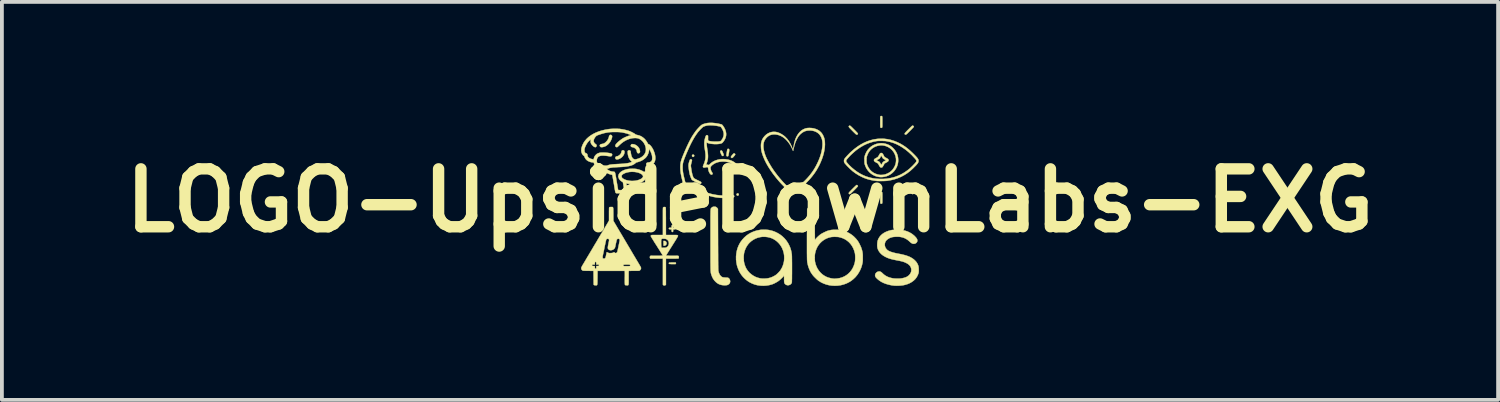
<source format=kicad_pcb>
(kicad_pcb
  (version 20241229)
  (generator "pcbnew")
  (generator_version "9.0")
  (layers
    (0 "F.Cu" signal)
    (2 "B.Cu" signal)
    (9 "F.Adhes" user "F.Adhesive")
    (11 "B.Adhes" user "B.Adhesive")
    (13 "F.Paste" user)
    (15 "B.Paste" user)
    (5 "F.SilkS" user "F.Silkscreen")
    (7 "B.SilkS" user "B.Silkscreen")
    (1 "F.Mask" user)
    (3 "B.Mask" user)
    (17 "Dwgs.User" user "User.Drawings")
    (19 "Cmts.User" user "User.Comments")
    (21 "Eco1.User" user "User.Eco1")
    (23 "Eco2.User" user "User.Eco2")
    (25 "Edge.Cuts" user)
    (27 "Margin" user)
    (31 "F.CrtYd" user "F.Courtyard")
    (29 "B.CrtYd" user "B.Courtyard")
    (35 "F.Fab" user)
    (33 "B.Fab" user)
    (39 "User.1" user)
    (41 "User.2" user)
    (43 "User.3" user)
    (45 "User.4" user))
  (footprint "LOGO-UpsideDownLabs-EXG"
    (layer "F.Cu")
    (at 16.699 2.231)
    (property "Reference" "LOGO-UpsideDownLabs-EXG" (at 0 0 180) (layer "F.SilkS") (effects (font (size 1.524 1.524) (thickness 0.3))))
    (attr exclude_from_pos_files exclude_from_bom)
    (fp_poly (pts (xy -0.307 -0.184) (xy -0.299 -0.173) (xy -0.296 -0.159) (xy -0.3 -0.145) (xy -0.309 -0.135) (xy -0.321 -0.129) (xy -0.334 -0.13) (xy -0.347 -0.139) (xy -0.355 -0.151) (xy -0.355 -0.165) (xy -0.349 -0.178) (xy -0.346 -0.181) (xy -0.333 -0.189) (xy -0.319 -0.19) (xy -0.307 -0.184)) (stroke (width 0.01) (type solid)) (fill yes) (layer "F.SilkS"))
    (fp_poly (pts (xy -1.481 -1.205) (xy -1.472 -1.195) (xy -1.469 -1.182) (xy -1.472 -1.168) (xy -1.481 -1.156) (xy -1.493 -1.15) (xy -1.506 -1.15) (xy -1.507 -1.15) (xy -1.52 -1.159) (xy -1.527 -1.171) (xy -1.528 -1.186) (xy -1.523 -1.199) (xy -1.52 -1.202) (xy -1.507 -1.21) (xy -1.494 -1.21) (xy -1.481 -1.205)) (stroke (width 0.01) (type solid)) (fill yes) (layer "F.SilkS"))
    (fp_poly (pts (xy -2.237 1.066) (xy -2.218 1.077) (xy -2.205 1.093) (xy -2.198 1.114) (xy -2.197 1.126) (xy -2.201 1.149) (xy -2.212 1.167) (xy -2.229 1.181) (xy -2.231 1.182) (xy -2.244 1.187) (xy -2.258 1.189) (xy -2.27 1.189) (xy -2.275 1.187) (xy -2.276 1.182) (xy -2.277 1.17) (xy -2.277 1.153) (xy -2.278 1.132) (xy -2.278 1.123) (xy -2.278 1.063) (xy -2.259 1.063) (xy -2.237 1.066)) (stroke (width 0.01) (type solid)) (fill yes) (layer "F.SilkS"))
    (fp_poly (pts (xy -1.953 1.64) (xy -1.949 1.649) (xy -1.95 1.655) (xy -1.953 1.662) (xy -1.96 1.672) (xy -2.042 1.672) (xy -2.07 1.672) (xy -2.094 1.671) (xy -2.113 1.67) (xy -2.125 1.669) (xy -2.13 1.668) (xy -2.136 1.66) (xy -2.138 1.649) (xy -2.134 1.639) (xy -2.13 1.634) (xy -2.123 1.633) (xy -2.108 1.631) (xy -2.088 1.631) (xy -2.062 1.63) (xy -2.041 1.63) (xy -1.96 1.63) (xy -1.953 1.64)) (stroke (width 0.01) (type solid)) (fill yes) (layer "F.SilkS"))
    (fp_poly (pts (xy -0.412 -1.242) (xy -0.401 -1.236) (xy -0.392 -1.225) (xy -0.391 -1.221) (xy -0.39 -1.215) (xy -0.392 -1.208) (xy -0.396 -1.199) (xy -0.404 -1.188) (xy -0.417 -1.173) (xy -0.432 -1.155) (xy -0.449 -1.137) (xy -0.463 -1.126) (xy -0.475 -1.121) (xy -0.485 -1.123) (xy -0.494 -1.13) (xy -0.495 -1.13) (xy -0.502 -1.14) (xy -0.504 -1.149) (xy -0.501 -1.156) (xy -0.494 -1.168) (xy -0.483 -1.183) (xy -0.47 -1.199) (xy -0.456 -1.214) (xy -0.443 -1.228) (xy -0.433 -1.238) (xy -0.425 -1.243) (xy -0.425 -1.243) (xy -0.412 -1.242)) (stroke (width 0.01) (type solid)) (fill yes) (layer "F.SilkS"))
    (fp_poly (pts (xy -0.747 -1.317) (xy -0.744 -1.316) (xy -0.738 -1.309) (xy -0.73 -1.296) (xy -0.722 -1.279) (xy -0.713 -1.259) (xy -0.705 -1.239) (xy -0.699 -1.221) (xy -0.695 -1.207) (xy -0.694 -1.199) (xy -0.698 -1.186) (xy -0.706 -1.177) (xy -0.718 -1.173) (xy -0.731 -1.177) (xy -0.738 -1.182) (xy -0.743 -1.19) (xy -0.75 -1.203) (xy -0.759 -1.221) (xy -0.768 -1.241) (xy -0.768 -1.242) (xy -0.777 -1.263) (xy -0.782 -1.277) (xy -0.785 -1.287) (xy -0.786 -1.294) (xy -0.785 -1.299) (xy -0.783 -1.303) (xy -0.773 -1.315) (xy -0.76 -1.319) (xy -0.747 -1.317)) (stroke (width 0.01) (type solid)) (fill yes) (layer "F.SilkS"))
    (fp_poly (pts (xy -0.566 -1.361) (xy -0.555 -1.355) (xy -0.548 -1.344) (xy -0.547 -1.338) (xy -0.547 -1.328) (xy -0.548 -1.311) (xy -0.551 -1.29) (xy -0.554 -1.267) (xy -0.558 -1.244) (xy -0.562 -1.221) (xy -0.566 -1.2) (xy -0.57 -1.184) (xy -0.573 -1.174) (xy -0.575 -1.172) (xy -0.585 -1.166) (xy -0.598 -1.165) (xy -0.611 -1.168) (xy -0.615 -1.172) (xy -0.621 -1.182) (xy -0.622 -1.191) (xy -0.622 -1.2) (xy -0.62 -1.215) (xy -0.617 -1.235) (xy -0.614 -1.258) (xy -0.61 -1.281) (xy -0.606 -1.303) (xy -0.603 -1.323) (xy -0.6 -1.339) (xy -0.597 -1.348) (xy -0.597 -1.349) (xy -0.589 -1.359) (xy -0.578 -1.363) (xy -0.566 -1.361)) (stroke (width 0.01) (type solid)) (fill yes) (layer "F.SilkS"))
    (fp_poly (pts (xy -3.325 -1.32) (xy -3.312 -1.31) (xy -3.307 -1.3) (xy -3.305 -1.284) (xy -3.306 -1.264) (xy -3.311 -1.241) (xy -3.318 -1.218) (xy -3.323 -1.209) (xy -3.341 -1.179) (xy -3.365 -1.151) (xy -3.393 -1.127) (xy -3.424 -1.107) (xy -3.455 -1.093) (xy -3.487 -1.085) (xy -3.503 -1.084) (xy -3.518 -1.085) (xy -3.528 -1.088) (xy -3.536 -1.095) (xy -3.545 -1.109) (xy -3.547 -1.125) (xy -3.544 -1.14) (xy -3.535 -1.153) (xy -3.522 -1.162) (xy -3.509 -1.164) (xy -3.49 -1.168) (xy -3.469 -1.177) (xy -3.447 -1.19) (xy -3.427 -1.207) (xy -3.41 -1.225) (xy -3.399 -1.242) (xy -3.393 -1.256) (xy -3.388 -1.273) (xy -3.386 -1.282) (xy -3.382 -1.3) (xy -3.376 -1.311) (xy -3.372 -1.316) (xy -3.357 -1.324) (xy -3.341 -1.325) (xy -3.325 -1.32)) (stroke (width 0.01) (type solid)) (fill yes) (layer "F.SilkS"))
    (fp_poly (pts (xy -3.092 -1.486) (xy -3.056 -1.482) (xy -3.021 -1.469) (xy -2.988 -1.45) (xy -2.958 -1.426) (xy -2.933 -1.397) (xy -2.916 -1.369) (xy -2.908 -1.349) (xy -2.902 -1.326) (xy -2.898 -1.305) (xy -2.896 -1.286) (xy -2.897 -1.276) (xy -2.905 -1.261) (xy -2.918 -1.25) (xy -2.935 -1.245) (xy -2.952 -1.247) (xy -2.958 -1.25) (xy -2.968 -1.258) (xy -2.975 -1.272) (xy -2.98 -1.289) (xy -2.98 -1.296) (xy -2.984 -1.319) (xy -2.996 -1.342) (xy -3.012 -1.363) (xy -3.033 -1.381) (xy -3.057 -1.395) (xy -3.082 -1.403) (xy -3.087 -1.404) (xy -3.109 -1.408) (xy -3.125 -1.415) (xy -3.134 -1.424) (xy -3.135 -1.425) (xy -3.141 -1.441) (xy -3.139 -1.458) (xy -3.129 -1.474) (xy -3.122 -1.481) (xy -3.114 -1.485) (xy -3.104 -1.487) (xy -3.092 -1.486)) (stroke (width 0.01) (type solid)) (fill yes) (layer "F.SilkS"))
    (fp_poly (pts (xy 2.821 -0.407) (xy 2.832 -0.398) (xy 2.839 -0.387) (xy 2.841 -0.38) (xy 2.838 -0.375) (xy 2.832 -0.366) (xy 2.82 -0.353) (xy 2.804 -0.335) (xy 2.781 -0.312) (xy 2.754 -0.284) (xy 2.74 -0.27) (xy 2.711 -0.241) (xy 2.688 -0.218) (xy 2.669 -0.2) (xy 2.654 -0.186) (xy 2.642 -0.177) (xy 2.633 -0.171) (xy 2.625 -0.169) (xy 2.619 -0.169) (xy 2.614 -0.172) (xy 2.609 -0.177) (xy 2.608 -0.178) (xy 2.603 -0.183) (xy 2.6 -0.188) (xy 2.599 -0.194) (xy 2.601 -0.201) (xy 2.606 -0.21) (xy 2.615 -0.221) (xy 2.628 -0.236) (xy 2.645 -0.254) (xy 2.667 -0.277) (xy 2.695 -0.305) (xy 2.7 -0.31) (xy 2.73 -0.34) (xy 2.755 -0.364) (xy 2.774 -0.383) (xy 2.79 -0.396) (xy 2.8 -0.405) (xy 2.807 -0.41) (xy 2.81 -0.411) (xy 2.821 -0.407)) (stroke (width 0.01) (type solid)) (fill yes) (layer "F.SilkS"))
    (fp_poly (pts (xy 4.105 -0.409) (xy 4.11 -0.405) (xy 4.12 -0.397) (xy 4.134 -0.383) (xy 4.152 -0.367) (xy 4.171 -0.348) (xy 4.192 -0.327) (xy 4.214 -0.305) (xy 4.236 -0.283) (xy 4.256 -0.262) (xy 4.275 -0.242) (xy 4.291 -0.225) (xy 4.303 -0.212) (xy 4.311 -0.202) (xy 4.314 -0.198) (xy 4.31 -0.187) (xy 4.301 -0.176) (xy 4.289 -0.17) (xy 4.283 -0.169) (xy 4.279 -0.17) (xy 4.274 -0.172) (xy 4.267 -0.176) (xy 4.259 -0.182) (xy 4.248 -0.192) (xy 4.234 -0.206) (xy 4.215 -0.224) (xy 4.192 -0.247) (xy 4.171 -0.269) (xy 4.144 -0.296) (xy 4.122 -0.318) (xy 4.105 -0.336) (xy 4.093 -0.349) (xy 4.084 -0.36) (xy 4.078 -0.367) (xy 4.075 -0.373) (xy 4.073 -0.378) (xy 4.073 -0.382) (xy 4.073 -0.382) (xy 4.078 -0.394) (xy 4.086 -0.404) (xy 4.097 -0.409) (xy 4.105 -0.409)) (stroke (width 0.01) (type solid)) (fill yes) (layer "F.SilkS"))
    (fp_poly (pts (xy 4.295 -1.969) (xy 4.306 -1.961) (xy 4.313 -1.949) (xy 4.314 -1.944) (xy 4.311 -1.939) (xy 4.303 -1.93) (xy 4.29 -1.915) (xy 4.273 -1.898) (xy 4.253 -1.877) (xy 4.231 -1.854) (xy 4.213 -1.836) (xy 4.186 -1.809) (xy 4.163 -1.787) (xy 4.146 -1.769) (xy 4.132 -1.756) (xy 4.121 -1.747) (xy 4.113 -1.741) (xy 4.107 -1.738) (xy 4.103 -1.736) (xy 4.1 -1.736) (xy 4.088 -1.738) (xy 4.079 -1.743) (xy 4.075 -1.749) (xy 4.072 -1.754) (xy 4.072 -1.76) (xy 4.074 -1.767) (xy 4.08 -1.777) (xy 4.089 -1.788) (xy 4.102 -1.803) (xy 4.12 -1.822) (xy 4.143 -1.846) (xy 4.171 -1.874) (xy 4.198 -1.901) (xy 4.22 -1.923) (xy 4.238 -1.94) (xy 4.251 -1.953) (xy 4.261 -1.962) (xy 4.269 -1.968) (xy 4.275 -1.971) (xy 4.28 -1.973) (xy 4.283 -1.973) (xy 4.295 -1.969)) (stroke (width 0.01) (type solid)) (fill yes) (layer "F.SilkS"))
    (fp_poly (pts (xy 2.63 -1.972) (xy 2.635 -1.97) (xy 2.642 -1.966) (xy 2.65 -1.96) (xy 2.661 -1.95) (xy 2.675 -1.936) (xy 2.693 -1.919) (xy 2.716 -1.896) (xy 2.74 -1.872) (xy 2.77 -1.842) (xy 2.794 -1.817) (xy 2.814 -1.796) (xy 2.829 -1.78) (xy 2.837 -1.768) (xy 2.841 -1.763) (xy 2.841 -1.763) (xy 2.837 -1.749) (xy 2.827 -1.739) (xy 2.812 -1.736) (xy 2.812 -1.736) (xy 2.807 -1.736) (xy 2.803 -1.737) (xy 2.797 -1.74) (xy 2.79 -1.745) (xy 2.781 -1.753) (xy 2.769 -1.764) (xy 2.753 -1.78) (xy 2.733 -1.799) (xy 2.707 -1.825) (xy 2.698 -1.834) (xy 2.67 -1.863) (xy 2.647 -1.886) (xy 2.63 -1.904) (xy 2.616 -1.918) (xy 2.608 -1.93) (xy 2.602 -1.939) (xy 2.6 -1.946) (xy 2.6 -1.952) (xy 2.602 -1.957) (xy 2.606 -1.963) (xy 2.606 -1.963) (xy 2.616 -1.971) (xy 2.626 -1.973) (xy 2.63 -1.972)) (stroke (width 0.01) (type solid)) (fill yes) (layer "F.SilkS"))
    (fp_poly (pts (xy -2.037 0.645) (xy -2.03 0.653) (xy -2.025 0.668) (xy -2.024 0.687) (xy -2.024 0.715) (xy -1.993 0.715) (xy -1.973 0.716) (xy -1.961 0.719) (xy -1.954 0.724) (xy -1.952 0.733) (xy -1.952 0.736) (xy -1.954 0.746) (xy -1.962 0.753) (xy -1.976 0.757) (xy -1.995 0.758) (xy -2.024 0.758) (xy -2.024 0.787) (xy -2.024 0.803) (xy -2.025 0.813) (xy -2.028 0.819) (xy -2.033 0.823) (xy -2.042 0.829) (xy -2.049 0.828) (xy -2.057 0.822) (xy -2.057 0.821) (xy -2.062 0.814) (xy -2.065 0.805) (xy -2.066 0.789) (xy -2.066 0.785) (xy -2.066 0.758) (xy -2.092 0.758) (xy -2.115 0.756) (xy -2.13 0.75) (xy -2.137 0.741) (xy -2.138 0.734) (xy -2.135 0.725) (xy -2.128 0.719) (xy -2.113 0.716) (xy -2.094 0.715) (xy -2.066 0.715) (xy -2.066 0.686) (xy -2.065 0.669) (xy -2.063 0.659) (xy -2.059 0.652) (xy -2.058 0.65) (xy -2.047 0.644) (xy -2.037 0.645)) (stroke (width 0.01) (type solid)) (fill yes) (layer "F.SilkS"))
    (fp_poly (pts (xy 3.474 -0.223) (xy 3.477 -0.221) (xy 3.479 -0.218) (xy 3.48 -0.213) (xy 3.482 -0.206) (xy 3.483 -0.196) (xy 3.483 -0.181) (xy 3.484 -0.162) (xy 3.484 -0.136) (xy 3.484 -0.103) (xy 3.484 -0.071) (xy 3.484 -0.033) (xy 3.484 -0.002) (xy 3.484 0.023) (xy 3.483 0.041) (xy 3.483 0.055) (xy 3.482 0.064) (xy 3.48 0.07) (xy 3.479 0.074) (xy 3.477 0.077) (xy 3.476 0.078) (xy 3.465 0.083) (xy 3.451 0.084) (xy 3.439 0.079) (xy 3.436 0.077) (xy 3.434 0.074) (xy 3.433 0.07) (xy 3.431 0.063) (xy 3.43 0.052) (xy 3.43 0.038) (xy 3.429 0.018) (xy 3.429 -0.008) (xy 3.429 -0.041) (xy 3.429 -0.073) (xy 3.429 -0.111) (xy 3.429 -0.142) (xy 3.429 -0.167) (xy 3.43 -0.185) (xy 3.43 -0.199) (xy 3.431 -0.208) (xy 3.433 -0.214) (xy 3.434 -0.218) (xy 3.436 -0.221) (xy 3.437 -0.222) (xy 3.448 -0.227) (xy 3.462 -0.228) (xy 3.474 -0.223)) (stroke (width 0.01) (type solid)) (fill yes) (layer "F.SilkS"))
    (fp_poly (pts (xy 3.474 -2.222) (xy 3.477 -2.219) (xy 3.479 -2.216) (xy 3.48 -2.212) (xy 3.482 -2.205) (xy 3.483 -2.194) (xy 3.483 -2.179) (xy 3.484 -2.16) (xy 3.484 -2.134) (xy 3.484 -2.101) (xy 3.484 -2.071) (xy 3.484 -2.033) (xy 3.484 -2.002) (xy 3.484 -1.978) (xy 3.483 -1.96) (xy 3.483 -1.946) (xy 3.482 -1.937) (xy 3.481 -1.93) (xy 3.479 -1.926) (xy 3.477 -1.923) (xy 3.476 -1.922) (xy 3.465 -1.916) (xy 3.457 -1.913) (xy 3.446 -1.916) (xy 3.437 -1.922) (xy 3.435 -1.925) (xy 3.433 -1.928) (xy 3.432 -1.933) (xy 3.431 -1.941) (xy 3.43 -1.952) (xy 3.43 -1.967) (xy 3.429 -1.988) (xy 3.429 -2.014) (xy 3.429 -2.048) (xy 3.429 -2.072) (xy 3.429 -2.11) (xy 3.429 -2.141) (xy 3.429 -2.165) (xy 3.43 -2.183) (xy 3.43 -2.197) (xy 3.431 -2.206) (xy 3.433 -2.213) (xy 3.434 -2.217) (xy 3.436 -2.219) (xy 3.437 -2.22) (xy 3.448 -2.226) (xy 3.462 -2.226) (xy 3.474 -2.222)) (stroke (width 0.01) (type solid)) (fill yes) (layer "F.SilkS"))
    (fp_poly (pts (xy -3.667 -1.73) (xy -3.649 -1.723) (xy -3.637 -1.711) (xy -3.631 -1.694) (xy -3.63 -1.687) (xy -3.634 -1.661) (xy -3.642 -1.631) (xy -3.655 -1.599) (xy -3.672 -1.566) (xy -3.687 -1.54) (xy -3.708 -1.513) (xy -3.733 -1.486) (xy -3.76 -1.462) (xy -3.786 -1.443) (xy -3.802 -1.434) (xy -3.828 -1.423) (xy -3.855 -1.414) (xy -3.881 -1.408) (xy -3.905 -1.406) (xy -3.924 -1.407) (xy -3.931 -1.409) (xy -3.945 -1.42) (xy -3.954 -1.435) (xy -3.956 -1.452) (xy -3.955 -1.458) (xy -3.948 -1.471) (xy -3.936 -1.481) (xy -3.917 -1.487) (xy -3.899 -1.49) (xy -3.879 -1.494) (xy -3.859 -1.499) (xy -3.845 -1.505) (xy -3.826 -1.516) (xy -3.804 -1.533) (xy -3.783 -1.554) (xy -3.763 -1.576) (xy -3.751 -1.593) (xy -3.739 -1.613) (xy -3.729 -1.635) (xy -3.72 -1.657) (xy -3.715 -1.676) (xy -3.713 -1.69) (xy -3.71 -1.702) (xy -3.7 -1.715) (xy -3.698 -1.718) (xy -3.688 -1.727) (xy -3.68 -1.73) (xy -3.671 -1.73) (xy -3.667 -1.73)) (stroke (width 0.01) (type solid)) (fill yes) (layer "F.SilkS"))
    (fp_poly (pts (xy -1.541 -1.082) (xy -1.532 -1.072) (xy -1.528 -1.059) (xy -1.529 -1.05) (xy -1.533 -1.035) (xy -1.537 -1.016) (xy -1.543 -0.995) (xy -1.543 -0.995) (xy -1.549 -0.971) (xy -1.554 -0.949) (xy -1.557 -0.93) (xy -1.558 -0.921) (xy -1.557 -0.903) (xy -1.554 -0.879) (xy -1.55 -0.85) (xy -1.545 -0.818) (xy -1.54 -0.785) (xy -1.534 -0.752) (xy -1.527 -0.721) (xy -1.521 -0.694) (xy -1.515 -0.672) (xy -1.513 -0.665) (xy -1.504 -0.639) (xy -1.497 -0.62) (xy -1.489 -0.605) (xy -1.48 -0.593) (xy -1.468 -0.583) (xy -1.453 -0.573) (xy -1.432 -0.562) (xy -1.427 -0.559) (xy -1.403 -0.547) (xy -1.379 -0.535) (xy -1.356 -0.524) (xy -1.338 -0.515) (xy -1.338 -0.515) (xy -1.315 -0.504) (xy -1.299 -0.494) (xy -1.289 -0.486) (xy -1.284 -0.477) (xy -1.283 -0.469) (xy -1.285 -0.459) (xy -1.292 -0.448) (xy -1.299 -0.442) (xy -1.304 -0.44) (xy -1.311 -0.439) (xy -1.313 -0.438) (xy -1.319 -0.439) (xy -1.331 -0.443) (xy -1.347 -0.449) (xy -1.36 -0.455) (xy -1.38 -0.464) (xy -1.402 -0.475) (xy -1.426 -0.487) (xy -1.451 -0.5) (xy -1.474 -0.513) (xy -1.495 -0.525) (xy -1.512 -0.534) (xy -1.525 -0.542) (xy -1.529 -0.546) (xy -1.535 -0.553) (xy -1.542 -0.567) (xy -1.55 -0.586) (xy -1.559 -0.608) (xy -1.568 -0.632) (xy -1.576 -0.655) (xy -1.583 -0.676) (xy -1.587 -0.69) (xy -1.592 -0.713) (xy -1.597 -0.741) (xy -1.603 -0.772) (xy -1.608 -0.805) (xy -1.613 -0.838) (xy -1.616 -0.867) (xy -1.619 -0.893) (xy -1.62 -0.909) (xy -1.62 -0.94) (xy -1.615 -0.97) (xy -1.614 -0.977) (xy -1.604 -1.014) (xy -1.595 -1.043) (xy -1.587 -1.064) (xy -1.581 -1.077) (xy -1.578 -1.08) (xy -1.566 -1.087) (xy -1.553 -1.087) (xy -1.541 -1.082)) (stroke (width 0.01) (type solid)) (fill yes) (layer "F.SilkS"))
    (fp_poly (pts (xy 3.467 -1.252) (xy 3.477 -1.248) (xy 3.487 -1.241) (xy 3.496 -1.229) (xy 3.508 -1.21) (xy 3.518 -1.191) (xy 3.541 -1.148) (xy 3.589 -1.121) (xy 3.612 -1.108) (xy 3.629 -1.097) (xy 3.64 -1.087) (xy 3.646 -1.077) (xy 3.649 -1.066) (xy 3.649 -1.059) (xy 3.647 -1.048) (xy 3.641 -1.038) (xy 3.63 -1.028) (xy 3.614 -1.016) (xy 3.59 -1.002) (xy 3.586 -1) (xy 3.542 -0.976) (xy 3.519 -0.933) (xy 3.509 -0.915) (xy 3.499 -0.899) (xy 3.491 -0.887) (xy 3.487 -0.881) (xy 3.474 -0.873) (xy 3.457 -0.869) (xy 3.441 -0.871) (xy 3.439 -0.872) (xy 3.431 -0.878) (xy 3.421 -0.888) (xy 3.41 -0.905) (xy 3.396 -0.928) (xy 3.39 -0.94) (xy 3.37 -0.976) (xy 3.326 -1) (xy 3.302 -1.014) (xy 3.285 -1.026) (xy 3.273 -1.036) (xy 3.267 -1.046) (xy 3.264 -1.057) (xy 3.264 -1.061) (xy 3.331 -1.061) (xy 3.366 -1.042) (xy 3.383 -1.033) (xy 3.397 -1.025) (xy 3.406 -1.019) (xy 3.409 -1.017) (xy 3.414 -1.01) (xy 3.422 -0.998) (xy 3.431 -0.983) (xy 3.436 -0.975) (xy 3.444 -0.96) (xy 3.451 -0.948) (xy 3.455 -0.941) (xy 3.456 -0.94) (xy 3.459 -0.943) (xy 3.465 -0.953) (xy 3.472 -0.966) (xy 3.477 -0.975) (xy 3.487 -0.994) (xy 3.496 -1.007) (xy 3.505 -1.017) (xy 3.516 -1.025) (xy 3.531 -1.034) (xy 3.544 -1.041) (xy 3.559 -1.05) (xy 3.57 -1.056) (xy 3.576 -1.061) (xy 3.577 -1.062) (xy 3.574 -1.065) (xy 3.564 -1.071) (xy 3.55 -1.079) (xy 3.539 -1.085) (xy 3.52 -1.095) (xy 3.508 -1.104) (xy 3.499 -1.112) (xy 3.492 -1.121) (xy 3.491 -1.123) (xy 3.483 -1.137) (xy 3.474 -1.154) (xy 3.468 -1.163) (xy 3.456 -1.185) (xy 3.435 -1.146) (xy 3.413 -1.107) (xy 3.372 -1.084) (xy 3.331 -1.061) (xy 3.264 -1.061) (xy 3.264 -1.062) (xy 3.265 -1.074) (xy 3.27 -1.084) (xy 3.278 -1.094) (xy 3.293 -1.104) (xy 3.314 -1.116) (xy 3.314 -1.116) (xy 3.336 -1.128) (xy 3.352 -1.138) (xy 3.364 -1.147) (xy 3.373 -1.156) (xy 3.381 -1.168) (xy 3.39 -1.183) (xy 3.395 -1.192) (xy 3.408 -1.216) (xy 3.419 -1.232) (xy 3.428 -1.243) (xy 3.436 -1.249) (xy 3.446 -1.252) (xy 3.456 -1.253) (xy 3.467 -1.252)) (stroke (width 0.01) (type solid)) (fill yes) (layer "F.SilkS"))
    (fp_poly (pts (xy -0.917 0.163) (xy -0.905 0.165) (xy -0.894 0.17) (xy -0.885 0.176) (xy -0.871 0.187) (xy -0.859 0.2) (xy -0.856 0.205) (xy -0.845 0.222) (xy -0.842 1.024) (xy -0.842 1.135) (xy -0.841 1.238) (xy -0.841 1.333) (xy -0.84 1.419) (xy -0.84 1.497) (xy -0.84 1.567) (xy -0.839 1.629) (xy -0.839 1.683) (xy -0.838 1.73) (xy -0.838 1.768) (xy -0.837 1.799) (xy -0.836 1.823) (xy -0.836 1.839) (xy -0.835 1.847) (xy -0.835 1.848) (xy -0.824 1.892) (xy -0.809 1.929) (xy -0.792 1.96) (xy -0.773 1.983) (xy -0.757 1.998) (xy -0.743 2.009) (xy -0.727 2.017) (xy -0.709 2.022) (xy -0.687 2.025) (xy -0.658 2.027) (xy -0.646 2.028) (xy -0.62 2.029) (xy -0.602 2.03) (xy -0.589 2.031) (xy -0.58 2.033) (xy -0.572 2.036) (xy -0.567 2.039) (xy -0.548 2.056) (xy -0.534 2.078) (xy -0.526 2.103) (xy -0.523 2.131) (xy -0.525 2.148) (xy -0.534 2.173) (xy -0.55 2.195) (xy -0.572 2.212) (xy -0.598 2.224) (xy -0.602 2.225) (xy -0.621 2.228) (xy -0.646 2.23) (xy -0.674 2.23) (xy -0.702 2.229) (xy -0.729 2.226) (xy -0.739 2.225) (xy -0.786 2.213) (xy -0.828 2.196) (xy -0.867 2.172) (xy -0.904 2.141) (xy -0.943 2.099) (xy -0.975 2.053) (xy -1 2.002) (xy -1.018 1.952) (xy -1.021 1.943) (xy -1.023 1.934) (xy -1.026 1.926) (xy -1.028 1.918) (xy -1.03 1.909) (xy -1.031 1.899) (xy -1.033 1.888) (xy -1.034 1.876) (xy -1.035 1.861) (xy -1.037 1.844) (xy -1.037 1.824) (xy -1.038 1.801) (xy -1.039 1.775) (xy -1.039 1.744) (xy -1.04 1.71) (xy -1.04 1.67) (xy -1.041 1.626) (xy -1.041 1.576) (xy -1.041 1.521) (xy -1.041 1.459) (xy -1.041 1.391) (xy -1.041 1.315) (xy -1.041 1.233) (xy -1.041 1.143) (xy -1.041 1.044) (xy -1.041 1.034) (xy -1.041 0.936) (xy -1.041 0.847) (xy -1.041 0.765) (xy -1.041 0.69) (xy -1.041 0.623) (xy -1.041 0.562) (xy -1.041 0.507) (xy -1.041 0.459) (xy -1.041 0.416) (xy -1.04 0.378) (xy -1.04 0.345) (xy -1.039 0.317) (xy -1.039 0.293) (xy -1.038 0.272) (xy -1.037 0.255) (xy -1.036 0.241) (xy -1.035 0.23) (xy -1.033 0.221) (xy -1.032 0.214) (xy -1.03 0.209) (xy -1.028 0.205) (xy -1.026 0.202) (xy -1.023 0.199) (xy -1.021 0.197) (xy -1.018 0.194) (xy -1.015 0.191) (xy -0.997 0.175) (xy -0.978 0.166) (xy -0.957 0.162) (xy -0.936 0.162) (xy -0.917 0.163)) (stroke (width 0.01) (type solid)) (fill yes) (layer "F.SilkS"))
    (fp_poly (pts (xy 3.508 -1.508) (xy 3.565 -1.497) (xy 3.621 -1.479) (xy 3.64 -1.471) (xy 3.683 -1.449) (xy 3.72 -1.424) (xy 3.754 -1.396) (xy 3.768 -1.382) (xy 3.809 -1.336) (xy 3.842 -1.287) (xy 3.868 -1.236) (xy 3.887 -1.182) (xy 3.898 -1.128) (xy 3.902 -1.072) (xy 3.9 -1.017) (xy 3.891 -0.963) (xy 3.875 -0.91) (xy 3.852 -0.859) (xy 3.823 -0.812) (xy 3.788 -0.767) (xy 3.747 -0.727) (xy 3.699 -0.691) (xy 3.651 -0.664) (xy 3.598 -0.642) (xy 3.541 -0.627) (xy 3.483 -0.619) (xy 3.423 -0.619) (xy 3.389 -0.623) (xy 3.331 -0.635) (xy 3.275 -0.656) (xy 3.224 -0.683) (xy 3.176 -0.717) (xy 3.133 -0.757) (xy 3.095 -0.803) (xy 3.062 -0.854) (xy 3.037 -0.909) (xy 3.024 -0.946) (xy 3.02 -0.96) (xy 3.017 -0.972) (xy 3.015 -0.985) (xy 3.014 -0.999) (xy 3.013 -1.016) (xy 3.013 -1.039) (xy 3.012 -1.065) (xy 3.012 -1.067) (xy 3.068 -1.067) (xy 3.069 -1.029) (xy 3.071 -0.998) (xy 3.076 -0.97) (xy 3.084 -0.943) (xy 3.096 -0.914) (xy 3.103 -0.898) (xy 3.132 -0.848) (xy 3.166 -0.803) (xy 3.207 -0.764) (xy 3.252 -0.732) (xy 3.302 -0.707) (xy 3.357 -0.688) (xy 3.416 -0.676) (xy 3.421 -0.676) (xy 3.443 -0.675) (xy 3.47 -0.676) (xy 3.5 -0.678) (xy 3.529 -0.682) (xy 3.553 -0.688) (xy 3.556 -0.688) (xy 3.612 -0.709) (xy 3.663 -0.735) (xy 3.708 -0.768) (xy 3.748 -0.807) (xy 3.782 -0.853) (xy 3.81 -0.903) (xy 3.83 -0.954) (xy 3.842 -1.007) (xy 3.846 -1.061) (xy 3.843 -1.115) (xy 3.832 -1.168) (xy 3.813 -1.219) (xy 3.788 -1.268) (xy 3.755 -1.313) (xy 3.732 -1.339) (xy 3.691 -1.374) (xy 3.646 -1.404) (xy 3.597 -1.427) (xy 3.546 -1.444) (xy 3.494 -1.453) (xy 3.442 -1.454) (xy 3.417 -1.452) (xy 3.358 -1.441) (xy 3.303 -1.423) (xy 3.253 -1.397) (xy 3.207 -1.365) (xy 3.167 -1.327) (xy 3.132 -1.283) (xy 3.104 -1.233) (xy 3.082 -1.178) (xy 3.079 -1.17) (xy 3.075 -1.154) (xy 3.071 -1.141) (xy 3.069 -1.127) (xy 3.068 -1.111) (xy 3.068 -1.091) (xy 3.068 -1.067) (xy 3.012 -1.067) (xy 3.012 -1.093) (xy 3.013 -1.115) (xy 3.013 -1.132) (xy 3.015 -1.145) (xy 3.017 -1.157) (xy 3.02 -1.169) (xy 3.024 -1.183) (xy 3.024 -1.183) (xy 3.041 -1.23) (xy 3.063 -1.276) (xy 3.088 -1.317) (xy 3.099 -1.333) (xy 3.138 -1.378) (xy 3.182 -1.417) (xy 3.23 -1.45) (xy 3.282 -1.475) (xy 3.337 -1.494) (xy 3.393 -1.506) (xy 3.45 -1.511) (xy 3.508 -1.508)) (stroke (width 0.01) (type solid)) (fill yes) (layer "F.SilkS"))
    (fp_poly (pts (xy 3.53 -1.627) (xy 3.62 -1.616) (xy 3.709 -1.597) (xy 3.798 -1.569) (xy 3.884 -1.534) (xy 3.965 -1.494) (xy 4.031 -1.455) (xy 4.095 -1.412) (xy 4.157 -1.364) (xy 4.219 -1.311) (xy 4.283 -1.251) (xy 4.293 -1.241) (xy 4.327 -1.207) (xy 4.355 -1.178) (xy 4.378 -1.153) (xy 4.397 -1.132) (xy 4.411 -1.114) (xy 4.421 -1.099) (xy 4.429 -1.085) (xy 4.434 -1.072) (xy 4.436 -1.059) (xy 4.437 -1.046) (xy 4.437 -1.04) (xy 4.436 -1.025) (xy 4.431 -1.01) (xy 4.423 -0.994) (xy 4.411 -0.975) (xy 4.394 -0.954) (xy 4.371 -0.928) (xy 4.363 -0.92) (xy 4.29 -0.846) (xy 4.216 -0.779) (xy 4.14 -0.721) (xy 4.061 -0.671) (xy 3.98 -0.627) (xy 3.895 -0.591) (xy 3.806 -0.561) (xy 3.712 -0.538) (xy 3.626 -0.523) (xy 3.605 -0.52) (xy 3.577 -0.518) (xy 3.544 -0.516) (xy 3.508 -0.515) (xy 3.471 -0.514) (xy 3.434 -0.514) (xy 3.4 -0.514) (xy 3.369 -0.515) (xy 3.345 -0.516) (xy 3.339 -0.516) (xy 3.247 -0.528) (xy 3.16 -0.546) (xy 3.077 -0.569) (xy 2.996 -0.599) (xy 2.939 -0.625) (xy 2.857 -0.668) (xy 2.779 -0.717) (xy 2.704 -0.772) (xy 2.633 -0.835) (xy 2.563 -0.905) (xy 2.538 -0.932) (xy 2.519 -0.954) (xy 2.504 -0.971) (xy 2.494 -0.984) (xy 2.487 -0.995) (xy 2.482 -1.004) (xy 2.479 -1.013) (xy 2.478 -1.015) (xy 2.474 -1.043) (xy 2.532 -1.043) (xy 2.532 -1.033) (xy 2.535 -1.023) (xy 2.542 -1.013) (xy 2.553 -0.999) (xy 2.554 -0.998) (xy 2.613 -0.931) (xy 2.678 -0.869) (xy 2.748 -0.811) (xy 2.82 -0.758) (xy 2.895 -0.711) (xy 2.972 -0.671) (xy 3.049 -0.638) (xy 3.114 -0.617) (xy 3.181 -0.599) (xy 3.247 -0.585) (xy 3.311 -0.576) (xy 3.378 -0.571) (xy 3.45 -0.569) (xy 3.486 -0.569) (xy 3.515 -0.57) (xy 3.547 -0.572) (xy 3.577 -0.574) (xy 3.603 -0.577) (xy 3.611 -0.578) (xy 3.708 -0.594) (xy 3.801 -0.618) (xy 3.891 -0.65) (xy 3.977 -0.689) (xy 4.061 -0.737) (xy 4.141 -0.792) (xy 4.175 -0.818) (xy 4.198 -0.837) (xy 4.224 -0.861) (xy 4.253 -0.888) (xy 4.282 -0.916) (xy 4.309 -0.944) (xy 4.334 -0.97) (xy 4.351 -0.99) (xy 4.366 -1.008) (xy 4.376 -1.024) (xy 4.381 -1.038) (xy 4.381 -1.051) (xy 4.375 -1.066) (xy 4.363 -1.084) (xy 4.345 -1.105) (xy 4.336 -1.115) (xy 4.26 -1.197) (xy 4.182 -1.27) (xy 4.102 -1.336) (xy 4.02 -1.394) (xy 3.937 -1.444) (xy 3.853 -1.487) (xy 3.767 -1.521) (xy 3.681 -1.546) (xy 3.594 -1.564) (xy 3.587 -1.565) (xy 3.56 -1.568) (xy 3.528 -1.57) (xy 3.492 -1.571) (xy 3.454 -1.572) (xy 3.417 -1.572) (xy 3.383 -1.571) (xy 3.354 -1.569) (xy 3.336 -1.567) (xy 3.247 -1.55) (xy 3.16 -1.525) (xy 3.075 -1.493) (xy 2.991 -1.453) (xy 2.909 -1.405) (xy 2.827 -1.349) (xy 2.781 -1.314) (xy 2.735 -1.274) (xy 2.687 -1.231) (xy 2.64 -1.186) (xy 2.598 -1.141) (xy 2.585 -1.126) (xy 2.566 -1.105) (xy 2.553 -1.089) (xy 2.543 -1.076) (xy 2.537 -1.067) (xy 2.533 -1.059) (xy 2.532 -1.052) (xy 2.532 -1.044) (xy 2.532 -1.043) (xy 2.474 -1.043) (xy 2.474 -1.044) (xy 2.477 -1.072) (xy 2.489 -1.099) (xy 2.501 -1.115) (xy 2.519 -1.137) (xy 2.541 -1.162) (xy 2.566 -1.189) (xy 2.592 -1.216) (xy 2.618 -1.243) (xy 2.641 -1.266) (xy 2.661 -1.284) (xy 2.661 -1.284) (xy 2.743 -1.355) (xy 2.825 -1.417) (xy 2.909 -1.472) (xy 2.993 -1.518) (xy 3.078 -1.556) (xy 3.165 -1.586) (xy 3.253 -1.609) (xy 3.262 -1.61) (xy 3.351 -1.624) (xy 3.44 -1.629) (xy 3.53 -1.627)) (stroke (width 0.01) (type solid)) (fill yes) (layer "F.SilkS"))
    (fp_poly (pts (xy 0.392 0.768) (xy 0.431 0.769) (xy 0.467 0.772) (xy 0.498 0.776) (xy 0.502 0.777) (xy 0.577 0.794) (xy 0.65 0.819) (xy 0.719 0.852) (xy 0.785 0.891) (xy 0.845 0.936) (xy 0.9 0.988) (xy 0.95 1.045) (xy 0.993 1.108) (xy 1.014 1.144) (xy 1.043 1.203) (xy 1.066 1.262) (xy 1.083 1.322) (xy 1.095 1.386) (xy 1.101 1.428) (xy 1.101 1.44) (xy 1.102 1.459) (xy 1.103 1.485) (xy 1.103 1.517) (xy 1.104 1.553) (xy 1.104 1.594) (xy 1.105 1.637) (xy 1.105 1.684) (xy 1.105 1.732) (xy 1.105 1.781) (xy 1.105 1.83) (xy 1.105 1.878) (xy 1.105 1.925) (xy 1.104 1.97) (xy 1.104 2.012) (xy 1.104 2.051) (xy 1.103 2.084) (xy 1.102 2.113) (xy 1.102 2.135) (xy 1.101 2.151) (xy 1.1 2.159) (xy 1.1 2.16) (xy 1.089 2.184) (xy 1.072 2.203) (xy 1.05 2.217) (xy 1.026 2.226) (xy 1 2.23) (xy 0.974 2.227) (xy 0.949 2.218) (xy 0.928 2.202) (xy 0.925 2.2) (xy 0.916 2.19) (xy 0.91 2.181) (xy 0.905 2.17) (xy 0.902 2.156) (xy 0.899 2.139) (xy 0.898 2.116) (xy 0.898 2.088) (xy 0.897 2.062) (xy 0.897 2.036) (xy 0.897 2.014) (xy 0.896 1.995) (xy 0.895 1.983) (xy 0.895 1.977) (xy 0.894 1.977) (xy 0.89 1.98) (xy 0.884 1.988) (xy 0.881 1.993) (xy 0.87 2.007) (xy 0.853 2.025) (xy 0.833 2.045) (xy 0.811 2.066) (xy 0.789 2.086) (xy 0.767 2.104) (xy 0.749 2.118) (xy 0.721 2.136) (xy 0.689 2.155) (xy 0.654 2.174) (xy 0.62 2.19) (xy 0.588 2.203) (xy 0.576 2.207) (xy 0.506 2.226) (xy 0.433 2.238) (xy 0.358 2.243) (xy 0.281 2.24) (xy 0.267 2.239) (xy 0.192 2.228) (xy 0.12 2.209) (xy 0.051 2.182) (xy -0.015 2.149) (xy -0.076 2.109) (xy -0.132 2.062) (xy -0.184 2.01) (xy -0.23 1.953) (xy -0.27 1.89) (xy -0.304 1.822) (xy -0.331 1.75) (xy -0.343 1.71) (xy -0.358 1.633) (xy -0.367 1.556) (xy -0.367 1.507) (xy -0.166 1.507) (xy -0.166 1.55) (xy -0.163 1.587) (xy -0.158 1.621) (xy -0.15 1.656) (xy -0.141 1.689) (xy -0.119 1.749) (xy -0.09 1.805) (xy -0.054 1.856) (xy -0.012 1.903) (xy 0.036 1.944) (xy 0.088 1.98) (xy 0.144 2.01) (xy 0.204 2.032) (xy 0.266 2.048) (xy 0.305 2.053) (xy 0.337 2.055) (xy 0.374 2.055) (xy 0.411 2.053) (xy 0.447 2.05) (xy 0.474 2.046) (xy 0.532 2.032) (xy 0.589 2.01) (xy 0.644 1.982) (xy 0.677 1.961) (xy 0.701 1.943) (xy 0.726 1.919) (xy 0.752 1.893) (xy 0.776 1.867) (xy 0.797 1.842) (xy 0.804 1.831) (xy 0.839 1.773) (xy 0.866 1.71) (xy 0.885 1.645) (xy 0.896 1.592) (xy 0.901 1.52) (xy 0.899 1.449) (xy 0.889 1.381) (xy 0.87 1.315) (xy 0.844 1.251) (xy 0.826 1.217) (xy 0.789 1.161) (xy 0.747 1.112) (xy 0.7 1.069) (xy 0.669 1.046) (xy 0.618 1.014) (xy 0.567 0.99) (xy 0.513 0.973) (xy 0.459 0.961) (xy 0.393 0.954) (xy 0.327 0.954) (xy 0.264 0.963) (xy 0.202 0.979) (xy 0.144 1.001) (xy 0.088 1.031) (xy 0.037 1.066) (xy -0.01 1.107) (xy -0.052 1.154) (xy -0.088 1.207) (xy -0.118 1.263) (xy -0.141 1.325) (xy -0.142 1.327) (xy -0.152 1.363) (xy -0.159 1.397) (xy -0.163 1.432) (xy -0.166 1.47) (xy -0.166 1.507) (xy -0.367 1.507) (xy -0.368 1.478) (xy -0.361 1.401) (xy -0.348 1.326) (xy -0.328 1.254) (xy -0.3 1.184) (xy -0.266 1.119) (xy -0.251 1.094) (xy -0.204 1.031) (xy -0.152 0.974) (xy -0.095 0.923) (xy -0.032 0.879) (xy 0.035 0.842) (xy 0.106 0.812) (xy 0.18 0.789) (xy 0.259 0.774) (xy 0.286 0.77) (xy 0.317 0.768) (xy 0.353 0.767) (xy 0.392 0.768)) (stroke (width 0.01) (type solid)) (fill yes) (layer "F.SilkS"))
    (fp_poly (pts (xy 3.896 0.768) (xy 3.933 0.769) (xy 3.967 0.771) (xy 3.995 0.774) (xy 4.011 0.776) (xy 4.085 0.794) (xy 4.153 0.817) (xy 4.217 0.848) (xy 4.274 0.884) (xy 4.327 0.927) (xy 4.339 0.94) (xy 4.367 0.969) (xy 4.387 0.996) (xy 4.4 1.021) (xy 4.406 1.044) (xy 4.405 1.066) (xy 4.399 1.086) (xy 4.385 1.107) (xy 4.365 1.124) (xy 4.34 1.135) (xy 4.312 1.139) (xy 4.31 1.139) (xy 4.289 1.137) (xy 4.269 1.13) (xy 4.248 1.118) (xy 4.224 1.1) (xy 4.204 1.081) (xy 4.162 1.045) (xy 4.121 1.016) (xy 4.079 0.993) (xy 4.034 0.975) (xy 3.984 0.962) (xy 3.967 0.959) (xy 3.939 0.955) (xy 3.907 0.953) (xy 3.871 0.952) (xy 3.834 0.953) (xy 3.799 0.956) (xy 3.767 0.959) (xy 3.741 0.964) (xy 3.734 0.966) (xy 3.707 0.975) (xy 3.686 0.982) (xy 3.668 0.991) (xy 3.651 1.001) (xy 3.636 1.01) (xy 3.603 1.035) (xy 3.578 1.063) (xy 3.561 1.093) (xy 3.551 1.126) (xy 3.549 1.144) (xy 3.549 1.184) (xy 3.558 1.22) (xy 3.574 1.254) (xy 3.598 1.284) (xy 3.6 1.286) (xy 3.614 1.3) (xy 3.63 1.312) (xy 3.643 1.321) (xy 3.676 1.337) (xy 3.717 1.353) (xy 3.766 1.368) (xy 3.821 1.382) (xy 3.882 1.395) (xy 3.905 1.399) (xy 3.987 1.415) (xy 4.061 1.433) (xy 4.126 1.452) (xy 4.184 1.474) (xy 4.21 1.485) (xy 4.26 1.513) (xy 4.306 1.544) (xy 4.346 1.58) (xy 4.38 1.618) (xy 4.406 1.659) (xy 4.415 1.677) (xy 4.425 1.701) (xy 4.432 1.721) (xy 4.437 1.74) (xy 4.44 1.761) (xy 4.442 1.785) (xy 4.443 1.815) (xy 4.443 1.822) (xy 4.443 1.849) (xy 4.442 1.87) (xy 4.441 1.886) (xy 4.439 1.899) (xy 4.436 1.911) (xy 4.433 1.922) (xy 4.412 1.975) (xy 4.384 2.024) (xy 4.349 2.069) (xy 4.307 2.109) (xy 4.259 2.144) (xy 4.205 2.175) (xy 4.145 2.2) (xy 4.092 2.216) (xy 4.068 2.222) (xy 4.041 2.228) (xy 4.016 2.232) (xy 4.009 2.233) (xy 3.983 2.236) (xy 3.951 2.239) (xy 3.915 2.241) (xy 3.878 2.242) (xy 3.843 2.242) (xy 3.811 2.241) (xy 3.789 2.239) (xy 3.736 2.232) (xy 3.681 2.221) (xy 3.625 2.207) (xy 3.572 2.191) (xy 3.523 2.172) (xy 3.48 2.152) (xy 3.467 2.145) (xy 3.435 2.126) (xy 3.404 2.105) (xy 3.375 2.083) (xy 3.349 2.06) (xy 3.327 2.039) (xy 3.311 2.02) (xy 3.303 2.008) (xy 3.294 1.983) (xy 3.294 1.957) (xy 3.3 1.933) (xy 3.306 1.921) (xy 3.326 1.897) (xy 3.35 1.879) (xy 3.378 1.869) (xy 3.402 1.867) (xy 3.419 1.868) (xy 3.434 1.873) (xy 3.45 1.881) (xy 3.467 1.894) (xy 3.488 1.913) (xy 3.492 1.918) (xy 3.532 1.953) (xy 3.576 1.983) (xy 3.624 2.008) (xy 3.678 2.028) (xy 3.738 2.043) (xy 3.76 2.047) (xy 3.787 2.051) (xy 3.819 2.053) (xy 3.855 2.055) (xy 3.893 2.055) (xy 3.931 2.054) (xy 3.965 2.052) (xy 3.994 2.048) (xy 4.002 2.047) (xy 4.051 2.036) (xy 4.094 2.023) (xy 4.13 2.007) (xy 4.162 1.986) (xy 4.188 1.964) (xy 4.214 1.932) (xy 4.234 1.898) (xy 4.245 1.862) (xy 4.248 1.825) (xy 4.244 1.79) (xy 4.233 1.755) (xy 4.215 1.723) (xy 4.19 1.695) (xy 4.158 1.669) (xy 4.118 1.646) (xy 4.112 1.643) (xy 4.088 1.632) (xy 4.063 1.621) (xy 4.036 1.612) (xy 4.007 1.603) (xy 3.973 1.595) (xy 3.935 1.586) (xy 3.891 1.578) (xy 3.84 1.568) (xy 3.758 1.551) (xy 3.683 1.531) (xy 3.616 1.507) (xy 3.557 1.479) (xy 3.505 1.448) (xy 3.46 1.413) (xy 3.422 1.374) (xy 3.392 1.332) (xy 3.374 1.298) (xy 3.363 1.271) (xy 3.355 1.244) (xy 3.351 1.215) (xy 3.349 1.181) (xy 3.35 1.149) (xy 3.352 1.115) (xy 3.355 1.087) (xy 3.36 1.063) (xy 3.368 1.039) (xy 3.378 1.014) (xy 3.382 1.005) (xy 3.409 0.959) (xy 3.443 0.918) (xy 3.484 0.881) (xy 3.531 0.849) (xy 3.586 0.821) (xy 3.647 0.798) (xy 3.716 0.78) (xy 3.736 0.776) (xy 3.759 0.773) (xy 3.788 0.77) (xy 3.822 0.769) (xy 3.859 0.768) (xy 3.896 0.768)) (stroke (width 0.01) (type solid)) (fill yes) (layer "F.SilkS"))
    (fp_poly (pts (xy -2.23 0.172) (xy -2.224 0.175) (xy -2.223 0.177) (xy -2.222 0.178) (xy -2.221 0.182) (xy -2.22 0.186) (xy -2.219 0.193) (xy -2.218 0.203) (xy -2.218 0.216) (xy -2.217 0.233) (xy -2.217 0.254) (xy -2.216 0.28) (xy -2.216 0.312) (xy -2.216 0.35) (xy -2.216 0.394) (xy -2.215 0.445) (xy -2.215 0.504) (xy -2.215 0.544) (xy -2.214 0.906) (xy -2.065 0.906) (xy -2.023 0.906) (xy -1.988 0.906) (xy -1.961 0.907) (xy -1.939 0.907) (xy -1.923 0.909) (xy -1.912 0.911) (xy -1.904 0.913) (xy -1.9 0.917) (xy -1.897 0.921) (xy -1.897 0.927) (xy -1.897 0.931) (xy -1.899 0.938) (xy -1.905 0.951) (xy -1.916 0.97) (xy -1.931 0.996) (xy -1.95 1.028) (xy -1.972 1.063) (xy -1.994 1.098) (xy -2.019 1.138) (xy -2.046 1.181) (xy -2.073 1.224) (xy -2.1 1.266) (xy -2.124 1.305) (xy -2.13 1.314) (xy -2.148 1.344) (xy -2.166 1.372) (xy -2.181 1.397) (xy -2.194 1.418) (xy -2.204 1.434) (xy -2.211 1.444) (xy -2.213 1.449) (xy -2.213 1.449) (xy -2.21 1.449) (xy -2.198 1.45) (xy -2.18 1.451) (xy -2.157 1.451) (xy -2.128 1.452) (xy -2.096 1.452) (xy -2.06 1.452) (xy -2.054 1.452) (xy -2.011 1.452) (xy -1.975 1.452) (xy -1.946 1.452) (xy -1.923 1.453) (xy -1.906 1.454) (xy -1.893 1.456) (xy -1.885 1.459) (xy -1.879 1.463) (xy -1.877 1.469) (xy -1.875 1.476) (xy -1.875 1.484) (xy -1.875 1.492) (xy -1.876 1.508) (xy -1.878 1.517) (xy -1.881 1.522) (xy -1.884 1.524) (xy -1.89 1.525) (xy -1.905 1.526) (xy -1.928 1.527) (xy -1.958 1.528) (xy -1.995 1.528) (xy -2.039 1.528) (xy -2.053 1.528) (xy -2.214 1.528) (xy -2.214 2.218) (xy -2.225 2.226) (xy -2.239 2.233) (xy -2.256 2.236) (xy -2.273 2.233) (xy -2.285 2.226) (xy -2.285 2.225) (xy -2.294 2.216) (xy -2.294 1.528) (xy -2.624 1.528) (xy -2.631 1.519) (xy -2.636 1.505) (xy -2.638 1.489) (xy -2.635 1.473) (xy -2.628 1.461) (xy -2.628 1.461) (xy -2.625 1.459) (xy -2.622 1.457) (xy -2.617 1.455) (xy -2.611 1.454) (xy -2.602 1.453) (xy -2.589 1.453) (xy -2.571 1.452) (xy -2.548 1.452) (xy -2.518 1.452) (xy -2.482 1.452) (xy -2.456 1.452) (xy -2.42 1.452) (xy -2.387 1.452) (xy -2.357 1.452) (xy -2.332 1.451) (xy -2.313 1.451) (xy -2.3 1.45) (xy -2.295 1.45) (xy -2.294 1.45) (xy -2.297 1.446) (xy -2.303 1.436) (xy -2.313 1.42) (xy -2.326 1.398) (xy -2.342 1.373) (xy -2.361 1.343) (xy -2.381 1.31) (xy -2.403 1.275) (xy -2.412 1.263) (xy -2.446 1.207) (xy -2.477 1.159) (xy -2.504 1.117) (xy -2.513 1.101) (xy -2.341 1.101) (xy -2.34 1.135) (xy -2.34 1.169) (xy -2.339 1.195) (xy -2.338 1.214) (xy -2.335 1.228) (xy -2.33 1.237) (xy -2.322 1.242) (xy -2.312 1.244) (xy -2.297 1.245) (xy -2.278 1.244) (xy -2.269 1.244) (xy -2.245 1.243) (xy -2.228 1.241) (xy -2.216 1.239) (xy -2.206 1.236) (xy -2.199 1.233) (xy -2.174 1.215) (xy -2.154 1.192) (xy -2.142 1.163) (xy -2.136 1.131) (xy -2.136 1.124) (xy -2.14 1.092) (xy -2.151 1.063) (xy -2.169 1.04) (xy -2.194 1.021) (xy -2.21 1.013) (xy -2.223 1.009) (xy -2.241 1.006) (xy -2.262 1.005) (xy -2.283 1.004) (xy -2.302 1.004) (xy -2.316 1.006) (xy -2.32 1.007) (xy -2.326 1.011) (xy -2.331 1.016) (xy -2.335 1.024) (xy -2.338 1.036) (xy -2.34 1.052) (xy -2.34 1.073) (xy -2.341 1.101) (xy -2.513 1.101) (xy -2.527 1.08) (xy -2.546 1.049) (xy -2.562 1.023) (xy -2.576 1.001) (xy -2.587 0.983) (xy -2.595 0.969) (xy -2.602 0.958) (xy -2.606 0.949) (xy -2.61 0.943) (xy -2.612 0.938) (xy -2.613 0.935) (xy -2.613 0.932) (xy -2.613 0.932) (xy -2.61 0.921) (xy -2.604 0.914) (xy -2.601 0.912) (xy -2.596 0.91) (xy -2.59 0.909) (xy -2.581 0.908) (xy -2.569 0.907) (xy -2.551 0.906) (xy -2.529 0.906) (xy -2.499 0.906) (xy -2.463 0.906) (xy -2.444 0.906) (xy -2.294 0.906) (xy -2.294 0.546) (xy -2.294 0.483) (xy -2.294 0.427) (xy -2.294 0.379) (xy -2.294 0.338) (xy -2.294 0.303) (xy -2.294 0.273) (xy -2.294 0.249) (xy -2.293 0.23) (xy -2.293 0.214) (xy -2.292 0.203) (xy -2.292 0.194) (xy -2.291 0.188) (xy -2.29 0.184) (xy -2.288 0.181) (xy -2.287 0.179) (xy -2.286 0.178) (xy -2.276 0.172) (xy -2.261 0.169) (xy -2.245 0.169) (xy -2.23 0.172)) (stroke (width 0.01) (type solid)) (fill yes) (layer "F.SilkS"))
    (fp_poly (pts (xy 1.598 -1.911) (xy 1.633 -1.908) (xy 1.665 -1.903) (xy 1.671 -1.902) (xy 1.714 -1.89) (xy 1.751 -1.877) (xy 1.784 -1.861) (xy 1.816 -1.842) (xy 1.832 -1.83) (xy 1.864 -1.802) (xy 1.891 -1.771) (xy 1.915 -1.734) (xy 1.926 -1.712) (xy 1.943 -1.674) (xy 1.956 -1.636) (xy 1.965 -1.595) (xy 1.97 -1.551) (xy 1.972 -1.501) (xy 1.973 -1.482) (xy 1.969 -1.409) (xy 1.959 -1.332) (xy 1.943 -1.252) (xy 1.92 -1.17) (xy 1.891 -1.086) (xy 1.857 -1.003) (xy 1.818 -0.92) (xy 1.773 -0.838) (xy 1.739 -0.781) (xy 1.695 -0.716) (xy 1.646 -0.651) (xy 1.594 -0.587) (xy 1.539 -0.526) (xy 1.482 -0.468) (xy 1.425 -0.415) (xy 1.367 -0.367) (xy 1.312 -0.326) (xy 1.295 -0.315) (xy 1.25 -0.287) (xy 1.21 -0.264) (xy 1.174 -0.247) (xy 1.143 -0.236) (xy 1.116 -0.23) (xy 1.092 -0.229) (xy 1.071 -0.234) (xy 1.058 -0.239) (xy 1.032 -0.255) (xy 1.002 -0.277) (xy 0.968 -0.304) (xy 0.931 -0.337) (xy 0.892 -0.374) (xy 0.852 -0.414) (xy 0.81 -0.458) (xy 0.768 -0.504) (xy 0.727 -0.552) (xy 0.686 -0.601) (xy 0.683 -0.605) (xy 0.608 -0.702) (xy 0.541 -0.798) (xy 0.481 -0.891) (xy 0.429 -0.981) (xy 0.385 -1.07) (xy 0.348 -1.156) (xy 0.319 -1.239) (xy 0.302 -1.302) (xy 0.296 -1.336) (xy 0.291 -1.373) (xy 0.289 -1.413) (xy 0.288 -1.451) (xy 0.29 -1.486) (xy 0.293 -1.516) (xy 0.294 -1.519) (xy 0.307 -1.57) (xy 0.326 -1.616) (xy 0.352 -1.658) (xy 0.385 -1.698) (xy 0.386 -1.699) (xy 0.426 -1.737) (xy 0.47 -1.767) (xy 0.518 -1.79) (xy 0.549 -1.8) (xy 0.586 -1.807) (xy 0.627 -1.81) (xy 0.669 -1.808) (xy 0.708 -1.801) (xy 0.722 -1.798) (xy 0.782 -1.775) (xy 0.839 -1.744) (xy 0.894 -1.706) (xy 0.929 -1.676) (xy 0.979 -1.624) (xy 1.023 -1.565) (xy 1.061 -1.502) (xy 1.094 -1.433) (xy 1.113 -1.382) (xy 1.122 -1.355) (xy 1.128 -1.333) (xy 1.132 -1.318) (xy 1.134 -1.31) (xy 1.134 -1.308) (xy 1.131 -1.314) (xy 1.125 -1.327) (xy 1.12 -1.34) (xy 1.091 -1.404) (xy 1.057 -1.465) (xy 1.018 -1.522) (xy 0.976 -1.574) (xy 0.93 -1.621) (xy 0.888 -1.656) (xy 0.841 -1.687) (xy 0.791 -1.711) (xy 0.74 -1.729) (xy 0.689 -1.739) (xy 0.639 -1.743) (xy 0.59 -1.739) (xy 0.548 -1.73) (xy 0.509 -1.713) (xy 0.472 -1.689) (xy 0.438 -1.659) (xy 0.409 -1.624) (xy 0.384 -1.585) (xy 0.367 -1.543) (xy 0.362 -1.526) (xy 0.354 -1.483) (xy 0.352 -1.435) (xy 0.355 -1.383) (xy 0.364 -1.327) (xy 0.378 -1.268) (xy 0.397 -1.208) (xy 0.401 -1.198) (xy 0.419 -1.152) (xy 0.442 -1.101) (xy 0.47 -1.047) (xy 0.501 -0.99) (xy 0.535 -0.932) (xy 0.571 -0.873) (xy 0.608 -0.817) (xy 0.636 -0.777) (xy 0.674 -0.725) (xy 0.714 -0.672) (xy 0.756 -0.62) (xy 0.798 -0.57) (xy 0.841 -0.521) (xy 0.882 -0.475) (xy 0.923 -0.433) (xy 0.962 -0.395) (xy 0.998 -0.361) (xy 1.03 -0.333) (xy 1.059 -0.311) (xy 1.065 -0.308) (xy 1.078 -0.3) (xy 1.09 -0.295) (xy 1.102 -0.294) (xy 1.115 -0.296) (xy 1.132 -0.301) (xy 1.154 -0.311) (xy 1.166 -0.317) (xy 1.222 -0.347) (xy 1.28 -0.384) (xy 1.338 -0.428) (xy 1.396 -0.478) (xy 1.454 -0.533) (xy 1.51 -0.592) (xy 1.564 -0.654) (xy 1.615 -0.72) (xy 1.663 -0.787) (xy 1.698 -0.842) (xy 1.74 -0.917) (xy 1.778 -0.993) (xy 1.812 -1.069) (xy 1.841 -1.144) (xy 1.865 -1.218) (xy 1.884 -1.29) (xy 1.897 -1.36) (xy 1.906 -1.427) (xy 1.909 -1.489) (xy 1.906 -1.548) (xy 1.897 -1.601) (xy 1.895 -1.61) (xy 1.878 -1.66) (xy 1.855 -1.704) (xy 1.826 -1.743) (xy 1.791 -1.776) (xy 1.75 -1.803) (xy 1.705 -1.824) (xy 1.654 -1.838) (xy 1.6 -1.845) (xy 1.57 -1.846) (xy 1.516 -1.843) (xy 1.467 -1.833) (xy 1.422 -1.816) (xy 1.381 -1.792) (xy 1.341 -1.761) (xy 1.33 -1.751) (xy 1.303 -1.723) (xy 1.279 -1.694) (xy 1.258 -1.662) (xy 1.236 -1.624) (xy 1.233 -1.617) (xy 1.21 -1.569) (xy 1.19 -1.52) (xy 1.173 -1.467) (xy 1.158 -1.409) (xy 1.145 -1.348) (xy 1.139 -1.314) (xy 1.141 -1.355) (xy 1.147 -1.418) (xy 1.158 -1.484) (xy 1.173 -1.549) (xy 1.191 -1.606) (xy 1.217 -1.669) (xy 1.248 -1.725) (xy 1.283 -1.774) (xy 1.321 -1.816) (xy 1.364 -1.852) (xy 1.41 -1.879) (xy 1.46 -1.899) (xy 1.468 -1.902) (xy 1.494 -1.907) (xy 1.526 -1.911) (xy 1.561 -1.912) (xy 1.598 -1.911)) (stroke (width 0.01) (type solid)) (fill yes) (layer "F.SilkS"))
    (fp_poly (pts (xy 1.635 0.165) (xy 1.661 0.175) (xy 1.681 0.192) (xy 1.697 0.216) (xy 1.698 0.218) (xy 1.699 0.221) (xy 1.701 0.225) (xy 1.702 0.23) (xy 1.702 0.237) (xy 1.703 0.246) (xy 1.704 0.258) (xy 1.704 0.273) (xy 1.705 0.291) (xy 1.705 0.314) (xy 1.705 0.342) (xy 1.706 0.376) (xy 1.706 0.415) (xy 1.706 0.461) (xy 1.706 0.513) (xy 1.706 0.573) (xy 1.706 0.637) (xy 1.706 0.705) (xy 1.706 0.765) (xy 1.706 0.817) (xy 1.706 0.862) (xy 1.707 0.901) (xy 1.707 0.933) (xy 1.707 0.96) (xy 1.708 0.982) (xy 1.708 0.999) (xy 1.709 1.012) (xy 1.709 1.022) (xy 1.71 1.027) (xy 1.711 1.031) (xy 1.712 1.032) (xy 1.713 1.031) (xy 1.747 0.989) (xy 1.787 0.949) (xy 1.83 0.911) (xy 1.868 0.883) (xy 1.89 0.87) (xy 1.917 0.855) (xy 1.947 0.84) (xy 1.978 0.825) (xy 2.007 0.812) (xy 2.033 0.801) (xy 2.042 0.798) (xy 2.077 0.788) (xy 2.11 0.78) (xy 2.144 0.774) (xy 2.18 0.771) (xy 2.221 0.769) (xy 2.258 0.769) (xy 2.291 0.769) (xy 2.317 0.769) (xy 2.338 0.77) (xy 2.356 0.772) (xy 2.373 0.774) (xy 2.391 0.777) (xy 2.395 0.778) (xy 2.471 0.797) (xy 2.543 0.824) (xy 2.611 0.858) (xy 2.675 0.899) (xy 2.733 0.946) (xy 2.786 1) (xy 2.8 1.016) (xy 2.822 1.044) (xy 2.842 1.071) (xy 2.86 1.1) (xy 2.878 1.133) (xy 2.891 1.158) (xy 2.924 1.23) (xy 2.948 1.303) (xy 2.96 1.355) (xy 2.963 1.372) (xy 2.965 1.388) (xy 2.967 1.404) (xy 2.968 1.423) (xy 2.969 1.445) (xy 2.969 1.472) (xy 2.969 1.503) (xy 2.969 1.539) (xy 2.969 1.568) (xy 2.968 1.591) (xy 2.966 1.61) (xy 2.964 1.627) (xy 2.962 1.64) (xy 2.946 1.708) (xy 2.926 1.77) (xy 2.901 1.829) (xy 2.87 1.887) (xy 2.869 1.889) (xy 2.826 1.955) (xy 2.777 2.014) (xy 2.723 2.066) (xy 2.664 2.113) (xy 2.601 2.152) (xy 2.533 2.185) (xy 2.462 2.21) (xy 2.387 2.229) (xy 2.309 2.24) (xy 2.229 2.243) (xy 2.153 2.239) (xy 2.08 2.228) (xy 2.008 2.21) (xy 1.939 2.185) (xy 1.873 2.154) (xy 1.812 2.117) (xy 1.808 2.114) (xy 1.785 2.096) (xy 1.758 2.073) (xy 1.731 2.047) (xy 1.703 2.02) (xy 1.677 1.993) (xy 1.655 1.967) (xy 1.638 1.945) (xy 1.638 1.945) (xy 1.6 1.888) (xy 1.57 1.829) (xy 1.545 1.768) (xy 1.525 1.703) (xy 1.511 1.639) (xy 1.509 1.629) (xy 1.507 1.618) (xy 1.506 1.606) (xy 1.505 1.593) (xy 1.504 1.578) (xy 1.503 1.559) (xy 1.502 1.536) (xy 1.502 1.508) (xy 1.502 1.496) (xy 1.704 1.496) (xy 1.705 1.535) (xy 1.707 1.572) (xy 1.71 1.605) (xy 1.712 1.615) (xy 1.728 1.68) (xy 1.751 1.742) (xy 1.781 1.8) (xy 1.817 1.853) (xy 1.858 1.9) (xy 1.904 1.943) (xy 1.956 1.979) (xy 2.011 2.009) (xy 2.07 2.031) (xy 2.133 2.047) (xy 2.133 2.047) (xy 2.171 2.053) (xy 2.205 2.056) (xy 2.238 2.056) (xy 2.274 2.055) (xy 2.291 2.053) (xy 2.357 2.043) (xy 2.42 2.025) (xy 2.479 2) (xy 2.534 1.968) (xy 2.585 1.929) (xy 2.63 1.885) (xy 2.67 1.835) (xy 2.704 1.78) (xy 2.732 1.719) (xy 2.754 1.654) (xy 2.761 1.624) (xy 2.766 1.592) (xy 2.769 1.554) (xy 2.771 1.513) (xy 2.77 1.472) (xy 2.768 1.432) (xy 2.764 1.397) (xy 2.761 1.382) (xy 2.742 1.315) (xy 2.717 1.253) (xy 2.685 1.195) (xy 2.647 1.142) (xy 2.603 1.095) (xy 2.554 1.054) (xy 2.5 1.019) (xy 2.441 0.991) (xy 2.378 0.971) (xy 2.343 0.962) (xy 2.315 0.958) (xy 2.281 0.956) (xy 2.244 0.955) (xy 2.206 0.955) (xy 2.17 0.957) (xy 2.139 0.96) (xy 2.127 0.962) (xy 2.063 0.979) (xy 2.003 1.003) (xy 1.947 1.035) (xy 1.894 1.074) (xy 1.851 1.115) (xy 1.811 1.162) (xy 1.777 1.213) (xy 1.75 1.268) (xy 1.728 1.329) (xy 1.712 1.395) (xy 1.708 1.424) (xy 1.705 1.458) (xy 1.704 1.496) (xy 1.502 1.496) (xy 1.501 1.474) (xy 1.501 1.434) (xy 1.5 1.386) (xy 1.5 1.361) (xy 1.5 1.323) (xy 1.5 1.277) (xy 1.5 1.225) (xy 1.5 1.168) (xy 1.5 1.106) (xy 1.5 1.04) (xy 1.5 0.972) (xy 1.5 0.903) (xy 1.501 0.833) (xy 1.501 0.764) (xy 1.501 0.696) (xy 1.502 0.677) (xy 1.505 0.226) (xy 1.516 0.207) (xy 1.533 0.186) (xy 1.553 0.171) (xy 1.578 0.163) (xy 1.604 0.161) (xy 1.635 0.165)) (stroke (width 0.01) (type solid)) (fill yes) (layer "F.SilkS"))
    (fp_poly (pts (xy -3.623 0.17) (xy -3.616 0.172) (xy -3.611 0.176) (xy -3.607 0.184) (xy -3.604 0.195) (xy -3.602 0.211) (xy -3.601 0.231) (xy -3.6 0.258) (xy -3.6 0.291) (xy -3.599 0.331) (xy -3.599 0.361) (xy -3.598 0.534) (xy -3.485 0.725) (xy -3.425 0.826) (xy -3.367 0.923) (xy -3.312 1.016) (xy -3.26 1.104) (xy -3.211 1.187) (xy -3.164 1.266) (xy -3.121 1.339) (xy -3.081 1.407) (xy -3.044 1.469) (xy -3.01 1.526) (xy -2.98 1.577) (xy -2.953 1.622) (xy -2.93 1.661) (xy -2.911 1.693) (xy -2.896 1.719) (xy -2.885 1.738) (xy -2.878 1.751) (xy -2.875 1.755) (xy -2.87 1.774) (xy -2.871 1.795) (xy -2.88 1.815) (xy -2.894 1.832) (xy -2.904 1.84) (xy -2.908 1.843) (xy -2.912 1.845) (xy -2.918 1.847) (xy -2.925 1.848) (xy -2.936 1.849) (xy -2.951 1.849) (xy -2.971 1.85) (xy -2.996 1.85) (xy -3.029 1.85) (xy -3.05 1.85) (xy -3.083 1.85) (xy -3.114 1.85) (xy -3.14 1.851) (xy -3.162 1.851) (xy -3.179 1.852) (xy -3.188 1.852) (xy -3.189 1.853) (xy -3.191 1.854) (xy -3.192 1.857) (xy -3.194 1.863) (xy -3.194 1.872) (xy -3.195 1.885) (xy -3.196 1.903) (xy -3.196 1.926) (xy -3.196 1.956) (xy -3.196 1.993) (xy -3.196 2.034) (xy -3.196 2.08) (xy -3.196 2.119) (xy -3.196 2.15) (xy -3.197 2.175) (xy -3.198 2.194) (xy -3.2 2.209) (xy -3.203 2.219) (xy -3.208 2.226) (xy -3.213 2.23) (xy -3.22 2.231) (xy -3.229 2.231) (xy -3.24 2.231) (xy -3.249 2.23) (xy -3.268 2.229) (xy -3.279 2.227) (xy -3.287 2.225) (xy -3.291 2.22) (xy -3.293 2.217) (xy -3.294 2.212) (xy -3.295 2.205) (xy -3.296 2.194) (xy -3.296 2.178) (xy -3.297 2.158) (xy -3.297 2.132) (xy -3.297 2.1) (xy -3.297 2.06) (xy -3.297 2.033) (xy -3.296 1.989) (xy -3.296 1.953) (xy -3.296 1.924) (xy -3.296 1.902) (xy -3.297 1.884) (xy -3.297 1.872) (xy -3.298 1.863) (xy -3.299 1.857) (xy -3.3 1.854) (xy -3.302 1.853) (xy -3.304 1.852) (xy -3.304 1.852) (xy -3.31 1.851) (xy -3.323 1.851) (xy -3.343 1.851) (xy -3.37 1.851) (xy -3.403 1.851) (xy -3.441 1.851) (xy -3.484 1.851) (xy -3.531 1.851) (xy -3.581 1.851) (xy -3.634 1.851) (xy -3.664 1.851) (xy -4.015 1.852) (xy -4.017 2.035) (xy -4.018 2.081) (xy -4.018 2.119) (xy -4.019 2.15) (xy -4.02 2.175) (xy -4.021 2.194) (xy -4.023 2.208) (xy -4.026 2.218) (xy -4.029 2.225) (xy -4.034 2.229) (xy -4.041 2.231) (xy -4.049 2.231) (xy -4.058 2.231) (xy -4.067 2.231) (xy -4.085 2.23) (xy -4.097 2.228) (xy -4.105 2.224) (xy -4.107 2.223) (xy -4.117 2.215) (xy -4.121 1.852) (xy -4.261 1.85) (xy -4.299 1.849) (xy -4.33 1.849) (xy -4.354 1.848) (xy -4.372 1.848) (xy -4.385 1.847) (xy -4.395 1.846) (xy -4.402 1.844) (xy -4.407 1.842) (xy -4.411 1.84) (xy -4.414 1.838) (xy -4.425 1.829) (xy -4.433 1.819) (xy -4.434 1.819) (xy -4.441 1.803) (xy -4.444 1.784) (xy -4.443 1.766) (xy -4.442 1.762) (xy -4.438 1.755) (xy -4.431 1.742) (xy -4.421 1.723) (xy -4.411 1.707) (xy -4.161 1.707) (xy -4.159 1.714) (xy -4.152 1.719) (xy -4.139 1.722) (xy -4.119 1.724) (xy -4.119 1.724) (xy -4.087 1.725) (xy -4.086 1.757) (xy -4.085 1.774) (xy -4.082 1.786) (xy -4.08 1.792) (xy -4.069 1.795) (xy -4.058 1.793) (xy -4.051 1.787) (xy -4.049 1.778) (xy -4.048 1.765) (xy -4.047 1.751) (xy -4.047 1.723) (xy -4.016 1.723) (xy -3.997 1.722) (xy -3.984 1.719) (xy -3.977 1.714) (xy -3.975 1.706) (xy -3.975 1.704) (xy -3.976 1.701) (xy -3.339 1.701) (xy -3.339 1.711) (xy -3.333 1.719) (xy -3.33 1.722) (xy -3.325 1.724) (xy -3.318 1.726) (xy -3.306 1.727) (xy -3.289 1.727) (xy -3.266 1.727) (xy -3.248 1.727) (xy -3.22 1.727) (xy -3.197 1.726) (xy -3.178 1.725) (xy -3.166 1.724) (xy -3.162 1.723) (xy -3.156 1.715) (xy -3.154 1.704) (xy -3.158 1.694) (xy -3.161 1.691) (xy -3.169 1.688) (xy -3.183 1.687) (xy -3.202 1.685) (xy -3.225 1.685) (xy -3.249 1.684) (xy -3.273 1.685) (xy -3.294 1.686) (xy -3.313 1.687) (xy -3.326 1.69) (xy -3.331 1.691) (xy -3.339 1.701) (xy -3.976 1.701) (xy -3.977 1.695) (xy -3.983 1.689) (xy -3.994 1.686) (xy -4.012 1.685) (xy -4.016 1.685) (xy -4.047 1.685) (xy -4.047 1.658) (xy -4.049 1.637) (xy -4.054 1.622) (xy -4.062 1.614) (xy -4.068 1.613) (xy -4.076 1.615) (xy -4.081 1.622) (xy -4.084 1.634) (xy -4.086 1.653) (xy -4.087 1.683) (xy -4.12 1.685) (xy -4.14 1.687) (xy -4.152 1.69) (xy -4.159 1.695) (xy -4.161 1.703) (xy -4.161 1.707) (xy -4.411 1.707) (xy -4.408 1.701) (xy -4.394 1.676) (xy -4.378 1.649) (xy -4.376 1.646) (xy -4.366 1.63) (xy -4.353 1.607) (xy -4.335 1.578) (xy -4.315 1.543) (xy -4.291 1.503) (xy -4.29 1.501) (xy -3.883 1.501) (xy -3.88 1.513) (xy -3.875 1.521) (xy -3.866 1.526) (xy -3.853 1.528) (xy -3.845 1.528) (xy -3.83 1.527) (xy -3.82 1.521) (xy -3.815 1.517) (xy -3.81 1.511) (xy -3.806 1.504) (xy -3.803 1.494) (xy -3.799 1.48) (xy -3.794 1.46) (xy -3.789 1.435) (xy -3.784 1.412) (xy -3.78 1.391) (xy -3.776 1.374) (xy -3.774 1.364) (xy -3.773 1.36) (xy -3.769 1.36) (xy -3.758 1.363) (xy -3.743 1.37) (xy -3.73 1.377) (xy -3.72 1.381) (xy -3.71 1.383) (xy -3.699 1.384) (xy -3.682 1.384) (xy -3.67 1.383) (xy -3.648 1.382) (xy -3.631 1.38) (xy -3.617 1.377) (xy -3.604 1.371) (xy -3.601 1.37) (xy -3.576 1.359) (xy -3.568 1.369) (xy -3.558 1.378) (xy -3.548 1.382) (xy -3.533 1.382) (xy -3.516 1.376) (xy -3.503 1.367) (xy -3.5 1.362) (xy -3.497 1.356) (xy -3.493 1.342) (xy -3.488 1.322) (xy -3.482 1.298) (xy -3.477 1.271) (xy -3.474 1.257) (xy -3.467 1.227) (xy -3.461 1.197) (xy -3.455 1.169) (xy -3.45 1.144) (xy -3.446 1.126) (xy -3.446 1.122) (xy -3.44 1.093) (xy -3.435 1.072) (xy -3.432 1.057) (xy -3.431 1.046) (xy -3.431 1.038) (xy -3.431 1.033) (xy -3.433 1.028) (xy -3.434 1.026) (xy -3.445 1.012) (xy -3.46 1.006) (xy -3.477 1.006) (xy -3.48 1.007) (xy -3.489 1.01) (xy -3.496 1.014) (xy -3.502 1.02) (xy -3.507 1.029) (xy -3.512 1.043) (xy -3.517 1.061) (xy -3.522 1.086) (xy -3.529 1.117) (xy -3.535 1.144) (xy -3.54 1.171) (xy -3.545 1.194) (xy -3.549 1.213) (xy -3.552 1.226) (xy -3.552 1.227) (xy -3.561 1.25) (xy -3.576 1.269) (xy -3.595 1.286) (xy -3.618 1.298) (xy -3.643 1.305) (xy -3.668 1.308) (xy -3.692 1.305) (xy -3.713 1.296) (xy -3.725 1.287) (xy -3.733 1.278) (xy -3.739 1.27) (xy -3.742 1.261) (xy -3.744 1.25) (xy -3.744 1.236) (xy -3.742 1.217) (xy -3.739 1.194) (xy -3.733 1.164) (xy -3.728 1.136) (xy -3.721 1.104) (xy -3.716 1.08) (xy -3.713 1.061) (xy -3.711 1.048) (xy -3.71 1.038) (xy -3.71 1.032) (xy -3.712 1.027) (xy -3.714 1.024) (xy -3.714 1.022) (xy -3.727 1.01) (xy -3.743 1.005) (xy -3.76 1.007) (xy -3.765 1.009) (xy -3.77 1.01) (xy -3.774 1.012) (xy -3.778 1.015) (xy -3.782 1.02) (xy -3.785 1.027) (xy -3.789 1.037) (xy -3.793 1.051) (xy -3.797 1.068) (xy -3.802 1.091) (xy -3.808 1.119) (xy -3.815 1.153) (xy -3.824 1.193) (xy -3.834 1.241) (xy -3.842 1.283) (xy -3.848 1.314) (xy -3.856 1.349) (xy -3.863 1.384) (xy -3.87 1.416) (xy -3.872 1.427) (xy -3.878 1.458) (xy -3.882 1.483) (xy -3.883 1.501) (xy -4.29 1.501) (xy -4.264 1.458) (xy -4.235 1.409) (xy -4.204 1.357) (xy -4.171 1.302) (xy -4.137 1.244) (xy -4.102 1.184) (xy -4.065 1.123) (xy -4.028 1.061) (xy -4.014 1.036) (xy -3.713 0.53) (xy -3.713 0.356) (xy -3.713 0.314) (xy -3.713 0.278) (xy -3.712 0.25) (xy -3.712 0.228) (xy -3.712 0.21) (xy -3.711 0.198) (xy -3.71 0.189) (xy -3.709 0.183) (xy -3.707 0.179) (xy -3.706 0.177) (xy -3.705 0.176) (xy -3.699 0.173) (xy -3.69 0.171) (xy -3.675 0.17) (xy -3.657 0.169) (xy -3.644 0.169) (xy -3.632 0.169) (xy -3.623 0.17)) (stroke (width 0.01) (type solid)) (fill yes) (layer "F.SilkS"))
    (fp_poly (pts (xy -0.997 -2.046) (xy -0.932 -2.04) (xy -0.874 -2.032) (xy -0.847 -2.027) (xy -0.82 -2.022) (xy -0.795 -2.016) (xy -0.773 -2.011) (xy -0.755 -2.007) (xy -0.743 -2.003) (xy -0.741 -2.002) (xy -0.736 -1.997) (xy -0.727 -1.987) (xy -0.716 -1.974) (xy -0.71 -1.966) (xy -0.677 -1.915) (xy -0.653 -1.865) (xy -0.637 -1.816) (xy -0.629 -1.768) (xy -0.629 -1.721) (xy -0.638 -1.674) (xy -0.655 -1.628) (xy -0.68 -1.582) (xy -0.708 -1.544) (xy -0.721 -1.528) (xy -0.733 -1.517) (xy -0.747 -1.509) (xy -0.765 -1.503) (xy -0.788 -1.497) (xy -0.792 -1.496) (xy -0.825 -1.491) (xy -0.863 -1.488) (xy -0.904 -1.487) (xy -0.946 -1.488) (xy -0.987 -1.491) (xy -1.027 -1.495) (xy -1.063 -1.501) (xy -1.094 -1.509) (xy -1.119 -1.518) (xy -1.122 -1.52) (xy -1.133 -1.525) (xy -1.138 -1.526) (xy -1.141 -1.523) (xy -1.142 -1.521) (xy -1.143 -1.513) (xy -1.142 -1.498) (xy -1.141 -1.478) (xy -1.139 -1.453) (xy -1.136 -1.425) (xy -1.132 -1.395) (xy -1.128 -1.366) (xy -1.124 -1.34) (xy -1.116 -1.283) (xy -1.11 -1.232) (xy -1.107 -1.187) (xy -1.107 -1.145) (xy -1.11 -1.105) (xy -1.117 -1.067) (xy -1.126 -1.028) (xy -1.137 -0.992) (xy -1.143 -0.974) (xy -1.148 -0.959) (xy -1.151 -0.949) (xy -1.151 -0.946) (xy -1.148 -0.945) (xy -1.138 -0.944) (xy -1.132 -0.944) (xy -1.116 -0.943) (xy -1.1 -0.94) (xy -1.097 -0.939) (xy -1.081 -0.935) (xy -1.052 -0.965) (xy -1.013 -0.999) (xy -0.969 -1.028) (xy -0.919 -1.052) (xy -0.864 -1.071) (xy -0.807 -1.084) (xy -0.746 -1.091) (xy -0.684 -1.091) (xy -0.643 -1.088) (xy -0.577 -1.078) (xy -0.517 -1.061) (xy -0.462 -1.038) (xy -0.412 -1.009) (xy -0.369 -0.974) (xy -0.334 -0.936) (xy -0.319 -0.918) (xy -0.275 -0.94) (xy -0.249 -0.952) (xy -0.229 -0.961) (xy -0.214 -0.966) (xy -0.203 -0.968) (xy -0.195 -0.968) (xy -0.189 -0.965) (xy -0.177 -0.955) (xy -0.172 -0.941) (xy -0.174 -0.926) (xy -0.175 -0.924) (xy -0.18 -0.917) (xy -0.189 -0.91) (xy -0.202 -0.903) (xy -0.223 -0.894) (xy -0.223 -0.893) (xy -0.244 -0.884) (xy -0.266 -0.874) (xy -0.286 -0.865) (xy -0.293 -0.861) (xy -0.315 -0.851) (xy -0.331 -0.847) (xy -0.344 -0.848) (xy -0.355 -0.855) (xy -0.366 -0.869) (xy -0.37 -0.876) (xy -0.396 -0.91) (xy -0.428 -0.94) (xy -0.466 -0.966) (xy -0.508 -0.987) (xy -0.554 -1.004) (xy -0.603 -1.017) (xy -0.653 -1.025) (xy -0.705 -1.028) (xy -0.757 -1.026) (xy -0.808 -1.019) (xy -0.857 -1.008) (xy -0.903 -0.991) (xy -0.946 -0.969) (xy -0.984 -0.942) (xy -0.995 -0.933) (xy -1.014 -0.915) (xy -1.027 -0.9) (xy -1.035 -0.887) (xy -1.039 -0.875) (xy -1.04 -0.861) (xy -1.039 -0.848) (xy -1.031 -0.806) (xy -1.016 -0.768) (xy -1.001 -0.743) (xy -0.989 -0.726) (xy -0.984 -0.712) (xy -0.986 -0.701) (xy -0.993 -0.691) (xy -0.995 -0.689) (xy -1.009 -0.682) (xy -1.024 -0.684) (xy -1.039 -0.693) (xy -1.043 -0.696) (xy -1.065 -0.724) (xy -1.082 -0.758) (xy -1.095 -0.798) (xy -1.101 -0.836) (xy -1.103 -0.855) (xy -1.106 -0.869) (xy -1.109 -0.876) (xy -1.11 -0.877) (xy -1.121 -0.88) (xy -1.138 -0.88) (xy -1.16 -0.877) (xy -1.171 -0.874) (xy -1.194 -0.869) (xy -1.211 -0.868) (xy -1.224 -0.871) (xy -1.232 -0.876) (xy -1.238 -0.884) (xy -1.24 -0.893) (xy -1.238 -0.906) (xy -1.232 -0.923) (xy -1.224 -0.943) (xy -1.202 -0.995) (xy -1.187 -1.046) (xy -1.176 -1.096) (xy -1.171 -1.147) (xy -1.171 -1.202) (xy -1.176 -1.26) (xy -1.183 -1.308) (xy -1.189 -1.345) (xy -1.193 -1.375) (xy -1.197 -1.399) (xy -1.2 -1.419) (xy -1.201 -1.436) (xy -1.203 -1.451) (xy -1.203 -1.466) (xy -1.204 -1.482) (xy -1.204 -1.496) (xy -1.203 -1.535) (xy -1.2 -1.57) (xy -1.194 -1.603) (xy -1.185 -1.638) (xy -1.178 -1.662) (xy -1.17 -1.686) (xy -1.162 -1.703) (xy -1.155 -1.714) (xy -1.147 -1.721) (xy -1.137 -1.723) (xy -1.134 -1.723) (xy -1.122 -1.72) (xy -1.111 -1.712) (xy -1.105 -1.702) (xy -1.105 -1.699) (xy -1.105 -1.692) (xy -1.105 -1.678) (xy -1.105 -1.66) (xy -1.105 -1.639) (xy -1.105 -1.637) (xy -1.105 -1.615) (xy -1.105 -1.6) (xy -1.104 -1.59) (xy -1.102 -1.584) (xy -1.099 -1.58) (xy -1.095 -1.577) (xy -1.095 -1.577) (xy -1.081 -1.571) (xy -1.061 -1.566) (xy -1.035 -1.561) (xy -1.005 -1.557) (xy -0.972 -1.554) (xy -0.937 -1.553) (xy -0.903 -1.552) (xy -0.87 -1.552) (xy -0.84 -1.554) (xy -0.814 -1.556) (xy -0.8 -1.559) (xy -0.784 -1.563) (xy -0.773 -1.567) (xy -0.765 -1.573) (xy -0.756 -1.583) (xy -0.75 -1.591) (xy -0.725 -1.629) (xy -0.707 -1.669) (xy -0.695 -1.709) (xy -0.691 -1.747) (xy -0.692 -1.768) (xy -0.698 -1.801) (xy -0.71 -1.837) (xy -0.725 -1.873) (xy -0.744 -1.906) (xy -0.763 -1.932) (xy -0.769 -1.939) (xy -0.776 -1.944) (xy -0.784 -1.947) (xy -0.795 -1.951) (xy -0.812 -1.955) (xy -0.827 -1.958) (xy -0.88 -1.968) (xy -0.934 -1.975) (xy -0.985 -1.98) (xy -1.034 -1.982) (xy -1.078 -1.982) (xy -1.116 -1.978) (xy -1.123 -1.977) (xy -1.152 -1.971) (xy -1.182 -1.963) (xy -1.21 -1.953) (xy -1.228 -1.945) (xy -1.239 -1.938) (xy -1.254 -1.925) (xy -1.272 -1.908) (xy -1.293 -1.888) (xy -1.314 -1.866) (xy -1.336 -1.842) (xy -1.356 -1.82) (xy -1.374 -1.798) (xy -1.383 -1.786) (xy -1.415 -1.741) (xy -1.447 -1.693) (xy -1.479 -1.641) (xy -1.51 -1.586) (xy -1.542 -1.526) (xy -1.575 -1.46) (xy -1.608 -1.389) (xy -1.643 -1.31) (xy -1.68 -1.225) (xy -1.684 -1.215) (xy -1.704 -1.166) (xy -1.721 -1.123) (xy -1.735 -1.086) (xy -1.747 -1.054) (xy -1.756 -1.025) (xy -1.763 -0.999) (xy -1.768 -0.974) (xy -1.771 -0.95) (xy -1.773 -0.925) (xy -1.774 -0.899) (xy -1.774 -0.878) (xy -1.774 -0.846) (xy -1.772 -0.816) (xy -1.77 -0.786) (xy -1.766 -0.754) (xy -1.761 -0.721) (xy -1.754 -0.684) (xy -1.745 -0.643) (xy -1.734 -0.597) (xy -1.721 -0.545) (xy -1.712 -0.509) (xy -1.679 -0.381) (xy -1.649 -0.372) (xy -1.614 -0.364) (xy -1.582 -0.364) (xy -1.551 -0.37) (xy -1.541 -0.374) (xy -1.525 -0.38) (xy -1.512 -0.384) (xy -1.504 -0.385) (xy -1.497 -0.383) (xy -1.484 -0.377) (xy -1.468 -0.369) (xy -1.449 -0.358) (xy -1.44 -0.353) (xy -1.36 -0.308) (xy -1.277 -0.267) (xy -1.192 -0.23) (xy -1.108 -0.2) (xy -1.081 -0.191) (xy -0.987 -0.166) (xy -0.889 -0.148) (xy -0.788 -0.136) (xy -0.685 -0.131) (xy -0.582 -0.132) (xy -0.484 -0.14) (xy -0.464 -0.142) (xy -0.45 -0.143) (xy -0.441 -0.142) (xy -0.434 -0.141) (xy -0.43 -0.138) (xy -0.419 -0.127) (xy -0.416 -0.113) (xy -0.418 -0.1) (xy -0.427 -0.088) (xy -0.429 -0.087) (xy -0.437 -0.084) (xy -0.451 -0.08) (xy -0.469 -0.077) (xy -0.476 -0.076) (xy -0.495 -0.075) (xy -0.521 -0.073) (xy -0.552 -0.072) (xy -0.587 -0.071) (xy -0.624 -0.07) (xy -0.661 -0.07) (xy -0.698 -0.07) (xy -0.732 -0.07) (xy -0.762 -0.071) (xy -0.786 -0.072) (xy -0.787 -0.072) (xy -0.878 -0.082) (xy -0.971 -0.098) (xy -1.066 -0.122) (xy -1.161 -0.152) (xy -1.255 -0.187) (xy -1.346 -0.228) (xy -1.434 -0.275) (xy -1.456 -0.288) (xy -1.506 -0.317) (xy -1.525 -0.311) (xy -1.564 -0.301) (xy -1.603 -0.299) (xy -1.617 -0.301) (xy -1.635 -0.304) (xy -1.656 -0.308) (xy -1.677 -0.314) (xy -1.697 -0.32) (xy -1.713 -0.325) (xy -1.724 -0.33) (xy -1.727 -0.332) (xy -1.729 -0.338) (xy -1.734 -0.351) (xy -1.74 -0.37) (xy -1.747 -0.394) (xy -1.754 -0.422) (xy -1.763 -0.452) (xy -1.771 -0.485) (xy -1.78 -0.519) (xy -1.788 -0.552) (xy -1.796 -0.584) (xy -1.803 -0.614) (xy -1.809 -0.64) (xy -1.809 -0.641) (xy -1.825 -0.726) (xy -1.834 -0.806) (xy -1.837 -0.88) (xy -1.834 -0.949) (xy -1.824 -1.012) (xy -1.808 -1.071) (xy -1.808 -1.071) (xy -1.796 -1.104) (xy -1.781 -1.144) (xy -1.762 -1.192) (xy -1.739 -1.246) (xy -1.715 -1.304) (xy -1.676 -1.392) (xy -1.638 -1.473) (xy -1.602 -1.547) (xy -1.567 -1.615) (xy -1.532 -1.677) (xy -1.497 -1.733) (xy -1.461 -1.785) (xy -1.426 -1.834) (xy -1.389 -1.879) (xy -1.35 -1.921) (xy -1.327 -1.945) (xy -1.305 -1.966) (xy -1.287 -1.982) (xy -1.271 -1.994) (xy -1.254 -2.003) (xy -1.236 -2.011) (xy -1.219 -2.017) (xy -1.167 -2.032) (xy -1.114 -2.042) (xy -1.057 -2.046) (xy -0.997 -2.046)) (stroke (width 0.01) (type solid)) (fill yes) (layer "F.SilkS"))
    (fp_poly (pts (xy -3.501 -1.89) (xy -3.465 -1.888) (xy -3.434 -1.887) (xy -3.412 -1.884) (xy -3.359 -1.876) (xy -3.308 -1.866) (xy -3.26 -1.855) (xy -3.217 -1.843) (xy -3.211 -1.841) (xy -3.176 -1.829) (xy -3.14 -1.814) (xy -3.105 -1.797) (xy -3.073 -1.78) (xy -3.045 -1.764) (xy -3.031 -1.754) (xy -3.015 -1.742) (xy -3.002 -1.735) (xy -2.988 -1.731) (xy -2.972 -1.727) (xy -2.919 -1.714) (xy -2.87 -1.694) (xy -2.825 -1.666) (xy -2.783 -1.631) (xy -2.745 -1.589) (xy -2.713 -1.541) (xy -2.697 -1.513) (xy -2.689 -1.498) (xy -2.682 -1.489) (xy -2.674 -1.485) (xy -2.672 -1.484) (xy -2.654 -1.476) (xy -2.634 -1.461) (xy -2.613 -1.439) (xy -2.592 -1.412) (xy -2.571 -1.379) (xy -2.551 -1.343) (xy -2.536 -1.309) (xy -2.516 -1.256) (xy -2.502 -1.205) (xy -2.494 -1.156) (xy -2.492 -1.11) (xy -2.497 -1.068) (xy -2.507 -1.03) (xy -2.524 -0.997) (xy -2.529 -0.991) (xy -2.543 -0.972) (xy -2.521 -0.95) (xy -2.503 -0.927) (xy -2.492 -0.901) (xy -2.489 -0.872) (xy -2.495 -0.842) (xy -2.505 -0.818) (xy -2.522 -0.79) (xy -2.547 -0.764) (xy -2.577 -0.739) (xy -2.611 -0.718) (xy -2.647 -0.701) (xy -2.685 -0.689) (xy -2.715 -0.683) (xy -2.738 -0.681) (xy -2.736 -0.645) (xy -2.735 -0.627) (xy -2.735 -0.614) (xy -2.738 -0.603) (xy -2.743 -0.592) (xy -2.747 -0.582) (xy -2.767 -0.552) (xy -2.794 -0.524) (xy -2.828 -0.499) (xy -2.869 -0.478) (xy -2.917 -0.461) (xy -2.969 -0.447) (xy -2.995 -0.442) (xy -3.024 -0.439) (xy -3.057 -0.437) (xy -3.093 -0.436) (xy -3.13 -0.437) (xy -3.166 -0.438) (xy -3.199 -0.441) (xy -3.228 -0.445) (xy -3.25 -0.451) (xy -3.251 -0.451) (xy -3.253 -0.451) (xy -3.254 -0.448) (xy -3.255 -0.443) (xy -3.254 -0.433) (xy -3.252 -0.418) (xy -3.249 -0.398) (xy -3.244 -0.371) (xy -3.24 -0.344) (xy -3.235 -0.314) (xy -3.231 -0.287) (xy -3.227 -0.264) (xy -3.224 -0.245) (xy -3.222 -0.232) (xy -3.222 -0.227) (xy -3.224 -0.22) (xy -3.232 -0.21) (xy -3.236 -0.205) (xy -3.25 -0.191) (xy -3.386 -0.191) (xy -3.423 -0.191) (xy -3.453 -0.191) (xy -3.476 -0.191) (xy -3.494 -0.191) (xy -3.507 -0.192) (xy -3.516 -0.193) (xy -3.523 -0.194) (xy -3.527 -0.196) (xy -3.531 -0.198) (xy -3.532 -0.199) (xy -3.541 -0.209) (xy -3.547 -0.222) (xy -3.547 -0.224) (xy -3.549 -0.231) (xy -3.551 -0.245) (xy -3.555 -0.267) (xy -3.56 -0.294) (xy -3.566 -0.326) (xy -3.572 -0.362) (xy -3.578 -0.401) (xy -3.585 -0.443) (xy -3.588 -0.457) (xy -3.596 -0.503) (xy -3.603 -0.546) (xy -3.61 -0.583) (xy -3.615 -0.615) (xy -3.62 -0.641) (xy -3.625 -0.661) (xy -3.627 -0.674) (xy -3.629 -0.678) (xy -3.638 -0.681) (xy -3.643 -0.682) (xy -3.656 -0.683) (xy -3.675 -0.688) (xy -3.697 -0.695) (xy -3.719 -0.703) (xy -3.74 -0.712) (xy -3.746 -0.715) (xy -3.775 -0.731) (xy -3.802 -0.75) (xy -3.829 -0.773) (xy -3.858 -0.801) (xy -3.863 -0.807) (xy -3.89 -0.836) (xy -3.778 -0.836) (xy -3.751 -0.815) (xy -3.721 -0.796) (xy -3.692 -0.781) (xy -3.66 -0.77) (xy -3.624 -0.763) (xy -3.597 -0.76) (xy -3.588 -0.759) (xy -3.58 -0.758) (xy -3.574 -0.757) (xy -3.568 -0.754) (xy -3.563 -0.749) (xy -3.559 -0.742) (xy -3.554 -0.732) (xy -3.55 -0.717) (xy -3.546 -0.699) (xy -3.541 -0.675) (xy -3.536 -0.645) (xy -3.529 -0.609) (xy -3.522 -0.566) (xy -3.514 -0.515) (xy -3.513 -0.512) (xy -3.506 -0.469) (xy -3.499 -0.429) (xy -3.493 -0.392) (xy -3.487 -0.359) (xy -3.482 -0.33) (xy -3.478 -0.308) (xy -3.475 -0.291) (xy -3.474 -0.282) (xy -3.473 -0.28) (xy -3.47 -0.278) (xy -3.463 -0.277) (xy -3.449 -0.276) (xy -3.429 -0.275) (xy -3.402 -0.275) (xy -3.393 -0.275) (xy -3.366 -0.275) (xy -3.345 -0.275) (xy -3.331 -0.276) (xy -3.322 -0.277) (xy -3.317 -0.278) (xy -3.315 -0.28) (xy -3.315 -0.283) (xy -3.316 -0.289) (xy -3.317 -0.302) (xy -3.32 -0.321) (xy -3.324 -0.345) (xy -3.328 -0.371) (xy -3.331 -0.387) (xy -3.347 -0.483) (xy -3.369 -0.496) (xy -3.402 -0.519) (xy -3.429 -0.545) (xy -3.449 -0.573) (xy -3.461 -0.603) (xy -3.467 -0.634) (xy -3.467 -0.634) (xy -3.383 -0.634) (xy -3.377 -0.614) (xy -3.364 -0.595) (xy -3.346 -0.58) (xy -3.31 -0.559) (xy -3.268 -0.542) (xy -3.221 -0.53) (xy -3.17 -0.521) (xy -3.118 -0.517) (xy -3.066 -0.518) (xy -3.02 -0.522) (xy -2.983 -0.529) (xy -2.951 -0.537) (xy -2.923 -0.546) (xy -2.896 -0.558) (xy -2.893 -0.559) (xy -2.866 -0.573) (xy -2.846 -0.587) (xy -2.832 -0.602) (xy -2.822 -0.617) (xy -2.821 -0.62) (xy -2.817 -0.631) (xy -2.816 -0.64) (xy -2.819 -0.648) (xy -2.824 -0.659) (xy -2.837 -0.679) (xy -2.857 -0.695) (xy -2.895 -0.717) (xy -2.938 -0.734) (xy -2.986 -0.746) (xy -3.037 -0.754) (xy -3.09 -0.757) (xy -3.143 -0.756) (xy -3.194 -0.75) (xy -3.244 -0.739) (xy -3.29 -0.724) (xy -3.33 -0.704) (xy -3.352 -0.691) (xy -3.37 -0.673) (xy -3.38 -0.654) (xy -3.383 -0.634) (xy -3.467 -0.634) (xy -3.464 -0.665) (xy -3.459 -0.683) (xy -3.444 -0.711) (xy -3.421 -0.738) (xy -3.391 -0.763) (xy -3.354 -0.785) (xy -3.312 -0.804) (xy -3.265 -0.819) (xy -3.24 -0.826) (xy -3.211 -0.831) (xy -3.176 -0.835) (xy -3.137 -0.837) (xy -3.097 -0.838) (xy -3.058 -0.837) (xy -3.024 -0.835) (xy -2.999 -0.833) (xy -2.939 -0.82) (xy -2.886 -0.803) (xy -2.839 -0.782) (xy -2.813 -0.766) (xy -2.801 -0.759) (xy -2.792 -0.756) (xy -2.782 -0.757) (xy -2.779 -0.758) (xy -2.764 -0.761) (xy -2.748 -0.762) (xy -2.747 -0.762) (xy -2.724 -0.765) (xy -2.698 -0.772) (xy -2.67 -0.782) (xy -2.643 -0.794) (xy -2.62 -0.808) (xy -2.609 -0.817) (xy -2.591 -0.836) (xy -2.58 -0.854) (xy -2.574 -0.871) (xy -2.575 -0.885) (xy -2.581 -0.895) (xy -2.596 -0.903) (xy -2.617 -0.91) (xy -2.645 -0.915) (xy -2.658 -0.917) (xy -2.683 -0.919) (xy -2.701 -0.923) (xy -2.714 -0.928) (xy -2.724 -0.936) (xy -2.726 -0.939) (xy -2.734 -0.954) (xy -2.733 -0.97) (xy -2.724 -0.986) (xy -2.723 -0.987) (xy -2.716 -0.993) (xy -2.709 -0.998) (xy -2.699 -1.001) (xy -2.684 -1.003) (xy -2.677 -1.003) (xy -2.644 -1.009) (xy -2.618 -1.02) (xy -2.598 -1.036) (xy -2.584 -1.058) (xy -2.582 -1.063) (xy -2.578 -1.078) (xy -2.576 -1.099) (xy -2.576 -1.124) (xy -2.577 -1.151) (xy -2.58 -1.177) (xy -2.585 -1.2) (xy -2.586 -1.204) (xy -2.6 -1.247) (xy -2.618 -1.29) (xy -2.637 -1.329) (xy -2.641 -1.336) (xy -2.658 -1.365) (xy -2.658 -1.341) (xy -2.662 -1.299) (xy -2.673 -1.256) (xy -2.69 -1.214) (xy -2.711 -1.174) (xy -2.738 -1.139) (xy -2.74 -1.136) (xy -2.775 -1.104) (xy -2.816 -1.074) (xy -2.861 -1.048) (xy -2.867 -1.046) (xy -2.885 -1.038) (xy -2.907 -1.03) (xy -2.929 -1.022) (xy -2.95 -1.015) (xy -2.969 -1.01) (xy -2.982 -1.008) (xy -2.985 -1.008) (xy -2.991 -1.005) (xy -3.002 -0.998) (xy -3.015 -0.987) (xy -3.019 -0.984) (xy -3.041 -0.966) (xy -3.065 -0.951) (xy -3.093 -0.937) (xy -3.124 -0.925) (xy -3.16 -0.915) (xy -3.2 -0.906) (xy -3.246 -0.899) (xy -3.298 -0.892) (xy -3.357 -0.887) (xy -3.423 -0.883) (xy -3.469 -0.881) (xy -3.501 -0.879) (xy -3.532 -0.877) (xy -3.562 -0.875) (xy -3.589 -0.874) (xy -3.609 -0.872) (xy -3.613 -0.872) (xy -3.639 -0.868) (xy -3.664 -0.864) (xy -3.688 -0.86) (xy -3.707 -0.855) (xy -3.722 -0.85) (xy -3.728 -0.846) (xy -3.735 -0.843) (xy -3.748 -0.84) (xy -3.756 -0.839) (xy -3.778 -0.836) (xy -3.89 -0.836) (xy -3.897 -0.843) (xy -3.937 -0.853) (xy -3.983 -0.868) (xy -4.023 -0.887) (xy -4.057 -0.909) (xy -4.083 -0.936) (xy -4.102 -0.965) (xy -4.102 -0.966) (xy -4.109 -0.98) (xy -4.113 -0.991) (xy -4.115 -0.997) (xy -4.115 -0.997) (xy -4.119 -1) (xy -4.129 -1.003) (xy -4.143 -1.005) (xy -4.19 -1.012) (xy -4.232 -1.026) (xy -4.27 -1.044) (xy -4.303 -1.068) (xy -4.329 -1.096) (xy -4.345 -1.123) (xy -4.353 -1.138) (xy -4.358 -1.151) (xy -4.36 -1.159) (xy -4.36 -1.16) (xy -4.364 -1.167) (xy -4.372 -1.175) (xy -4.378 -1.18) (xy -4.398 -1.197) (xy -4.416 -1.221) (xy -4.431 -1.251) (xy -4.433 -1.256) (xy -4.437 -1.269) (xy -4.44 -1.282) (xy -4.442 -1.298) (xy -4.442 -1.318) (xy -4.361 -1.318) (xy -4.357 -1.292) (xy -4.354 -1.283) (xy -4.345 -1.264) (xy -4.334 -1.251) (xy -4.32 -1.245) (xy -4.316 -1.245) (xy -4.303 -1.241) (xy -4.292 -1.23) (xy -4.284 -1.215) (xy -4.28 -1.197) (xy -4.28 -1.192) (xy -4.276 -1.168) (xy -4.264 -1.146) (xy -4.245 -1.127) (xy -4.219 -1.111) (xy -4.186 -1.098) (xy -4.147 -1.089) (xy -4.133 -1.086) (xy -4.122 -1.085) (xy -4.116 -1.086) (xy -4.115 -1.091) (xy -4.115 -1.094) (xy -4.113 -1.105) (xy -4.109 -1.12) (xy -4.103 -1.138) (xy -4.096 -1.155) (xy -4.091 -1.164) (xy -4.082 -1.179) (xy -4.067 -1.196) (xy -4.051 -1.213) (xy -4.034 -1.227) (xy -4.024 -1.233) (xy -4.011 -1.24) (xy -3.994 -1.247) (xy -3.976 -1.253) (xy -3.975 -1.254) (xy -3.963 -1.257) (xy -3.951 -1.26) (xy -3.939 -1.262) (xy -3.924 -1.263) (xy -3.905 -1.263) (xy -3.88 -1.264) (xy -3.865 -1.264) (xy -3.82 -1.263) (xy -3.779 -1.26) (xy -3.736 -1.255) (xy -3.691 -1.248) (xy -3.659 -1.242) (xy -3.646 -1.236) (xy -3.636 -1.225) (xy -3.63 -1.212) (xy -3.631 -1.199) (xy -3.636 -1.185) (xy -3.646 -1.173) (xy -3.652 -1.169) (xy -3.658 -1.166) (xy -3.666 -1.165) (xy -3.676 -1.165) (xy -3.69 -1.165) (xy -3.709 -1.167) (xy -3.733 -1.171) (xy -3.762 -1.175) (xy -3.816 -1.181) (xy -3.864 -1.184) (xy -3.905 -1.183) (xy -3.939 -1.178) (xy -3.968 -1.169) (xy -3.991 -1.156) (xy -4.008 -1.139) (xy -4.014 -1.131) (xy -4.025 -1.111) (xy -4.031 -1.09) (xy -4.035 -1.065) (xy -4.035 -1.048) (xy -4.034 -1.022) (xy -4.027 -1.001) (xy -4.015 -0.983) (xy -4.006 -0.973) (xy -3.982 -0.957) (xy -3.951 -0.943) (xy -3.914 -0.932) (xy -3.873 -0.925) (xy -3.827 -0.92) (xy -3.801 -0.919) (xy -3.778 -0.92) (xy -3.759 -0.923) (xy -3.741 -0.929) (xy -3.725 -0.935) (xy -3.707 -0.94) (xy -3.688 -0.944) (xy -3.666 -0.948) (xy -3.641 -0.951) (xy -3.611 -0.954) (xy -3.575 -0.957) (xy -3.533 -0.959) (xy -3.484 -0.962) (xy -3.463 -0.963) (xy -3.4 -0.966) (xy -3.345 -0.97) (xy -3.297 -0.975) (xy -3.255 -0.98) (xy -3.219 -0.985) (xy -3.187 -0.992) (xy -3.16 -0.999) (xy -3.135 -1.008) (xy -3.126 -1.012) (xy -3.105 -1.021) (xy -3.12 -1.032) (xy -3.15 -1.06) (xy -3.175 -1.094) (xy -3.195 -1.134) (xy -3.209 -1.178) (xy -3.218 -1.227) (xy -3.22 -1.255) (xy -3.221 -1.276) (xy -3.221 -1.289) (xy -3.221 -1.298) (xy -3.219 -1.304) (xy -3.215 -1.309) (xy -3.211 -1.313) (xy -3.196 -1.323) (xy -3.18 -1.325) (xy -3.165 -1.321) (xy -3.152 -1.312) (xy -3.144 -1.298) (xy -3.141 -1.284) (xy -3.14 -1.267) (xy -3.137 -1.245) (xy -3.133 -1.221) (xy -3.128 -1.198) (xy -3.123 -1.179) (xy -3.122 -1.175) (xy -3.108 -1.142) (xy -3.091 -1.117) (xy -3.07 -1.098) (xy -3.047 -1.087) (xy -3.021 -1.084) (xy -3.014 -1.085) (xy -2.994 -1.089) (xy -2.968 -1.096) (xy -2.94 -1.105) (xy -2.912 -1.116) (xy -2.887 -1.127) (xy -2.868 -1.137) (xy -2.831 -1.163) (xy -2.8 -1.193) (xy -2.774 -1.228) (xy -2.756 -1.264) (xy -2.747 -1.291) (xy -2.742 -1.333) (xy -2.743 -1.377) (xy -2.752 -1.421) (xy -2.767 -1.464) (xy -2.789 -1.506) (xy -2.815 -1.544) (xy -2.846 -1.577) (xy -2.882 -1.605) (xy -2.899 -1.616) (xy -2.924 -1.629) (xy -2.948 -1.638) (xy -2.972 -1.643) (xy -2.999 -1.646) (xy -3.031 -1.647) (xy -3.094 -1.643) (xy -3.156 -1.63) (xy -3.218 -1.609) (xy -3.278 -1.581) (xy -3.337 -1.545) (xy -3.394 -1.501) (xy -3.437 -1.461) (xy -3.454 -1.445) (xy -3.47 -1.43) (xy -3.482 -1.418) (xy -3.491 -1.411) (xy -3.494 -1.409) (xy -3.507 -1.406) (xy -3.521 -1.409) (xy -3.535 -1.417) (xy -3.539 -1.421) (xy -3.547 -1.436) (xy -3.547 -1.452) (xy -3.54 -1.47) (xy -3.527 -1.489) (xy -3.504 -1.514) (xy -3.476 -1.541) (xy -3.443 -1.569) (xy -3.408 -1.596) (xy -3.373 -1.621) (xy -3.359 -1.631) (xy -3.326 -1.65) (xy -3.287 -1.669) (xy -3.245 -1.686) (xy -3.202 -1.702) (xy -3.161 -1.714) (xy -3.155 -1.716) (xy -3.132 -1.721) (xy -3.157 -1.733) (xy -3.184 -1.744) (xy -3.209 -1.754) (xy -3.233 -1.762) (xy -3.261 -1.77) (xy -3.283 -1.776) (xy -3.319 -1.784) (xy -3.351 -1.791) (xy -3.381 -1.797) (xy -3.412 -1.8) (xy -3.445 -1.803) (xy -3.482 -1.805) (xy -3.524 -1.805) (xy -3.554 -1.805) (xy -3.602 -1.805) (xy -3.643 -1.804) (xy -3.679 -1.802) (xy -3.713 -1.799) (xy -3.746 -1.794) (xy -3.78 -1.788) (xy -3.816 -1.781) (xy -3.823 -1.78) (xy -3.845 -1.774) (xy -3.872 -1.767) (xy -3.902 -1.758) (xy -3.934 -1.748) (xy -3.964 -1.738) (xy -3.991 -1.729) (xy -4.014 -1.72) (xy -4.027 -1.715) (xy -4.046 -1.703) (xy -4.065 -1.684) (xy -4.083 -1.661) (xy -4.099 -1.635) (xy -4.11 -1.609) (xy -4.115 -1.593) (xy -4.117 -1.566) (xy -4.111 -1.54) (xy -4.097 -1.516) (xy -4.075 -1.494) (xy -4.069 -1.49) (xy -4.054 -1.479) (xy -4.045 -1.47) (xy -4.041 -1.461) (xy -4.039 -1.451) (xy -4.039 -1.446) (xy -4.042 -1.431) (xy -4.051 -1.418) (xy -4.063 -1.408) (xy -4.074 -1.405) (xy -4.09 -1.409) (xy -4.109 -1.418) (xy -4.129 -1.433) (xy -4.148 -1.451) (xy -4.166 -1.471) (xy -4.18 -1.492) (xy -4.185 -1.501) (xy -4.191 -1.513) (xy -4.194 -1.524) (xy -4.196 -1.536) (xy -4.197 -1.552) (xy -4.197 -1.569) (xy -4.197 -1.613) (xy -4.228 -1.582) (xy -4.26 -1.549) (xy -4.285 -1.517) (xy -4.307 -1.482) (xy -4.324 -1.45) (xy -4.342 -1.411) (xy -4.354 -1.376) (xy -4.36 -1.346) (xy -4.361 -1.318) (xy -4.442 -1.318) (xy -4.442 -1.319) (xy -4.442 -1.327) (xy -4.442 -1.349) (xy -4.441 -1.366) (xy -4.439 -1.38) (xy -4.434 -1.397) (xy -4.427 -1.418) (xy -4.427 -1.42) (xy -4.404 -1.478) (xy -4.376 -1.53) (xy -4.35 -1.568) (xy -4.307 -1.62) (xy -4.256 -1.668) (xy -4.198 -1.712) (xy -4.133 -1.752) (xy -4.063 -1.787) (xy -3.986 -1.818) (xy -3.903 -1.844) (xy -3.815 -1.865) (xy -3.722 -1.881) (xy -3.715 -1.882) (xy -3.688 -1.885) (xy -3.656 -1.887) (xy -3.619 -1.889) (xy -3.579 -1.89) (xy -3.539 -1.89) (xy -3.501 -1.89)) (stroke (width 0.01) (type solid)) (fill yes) (layer "F.SilkS")))
  (gr_rect
    (start -3 -3)
    (end 36.397 7.479)
    (stroke (width 0.1) (type default))
    (fill no)
    (layer "Edge.Cuts")))
</source>
